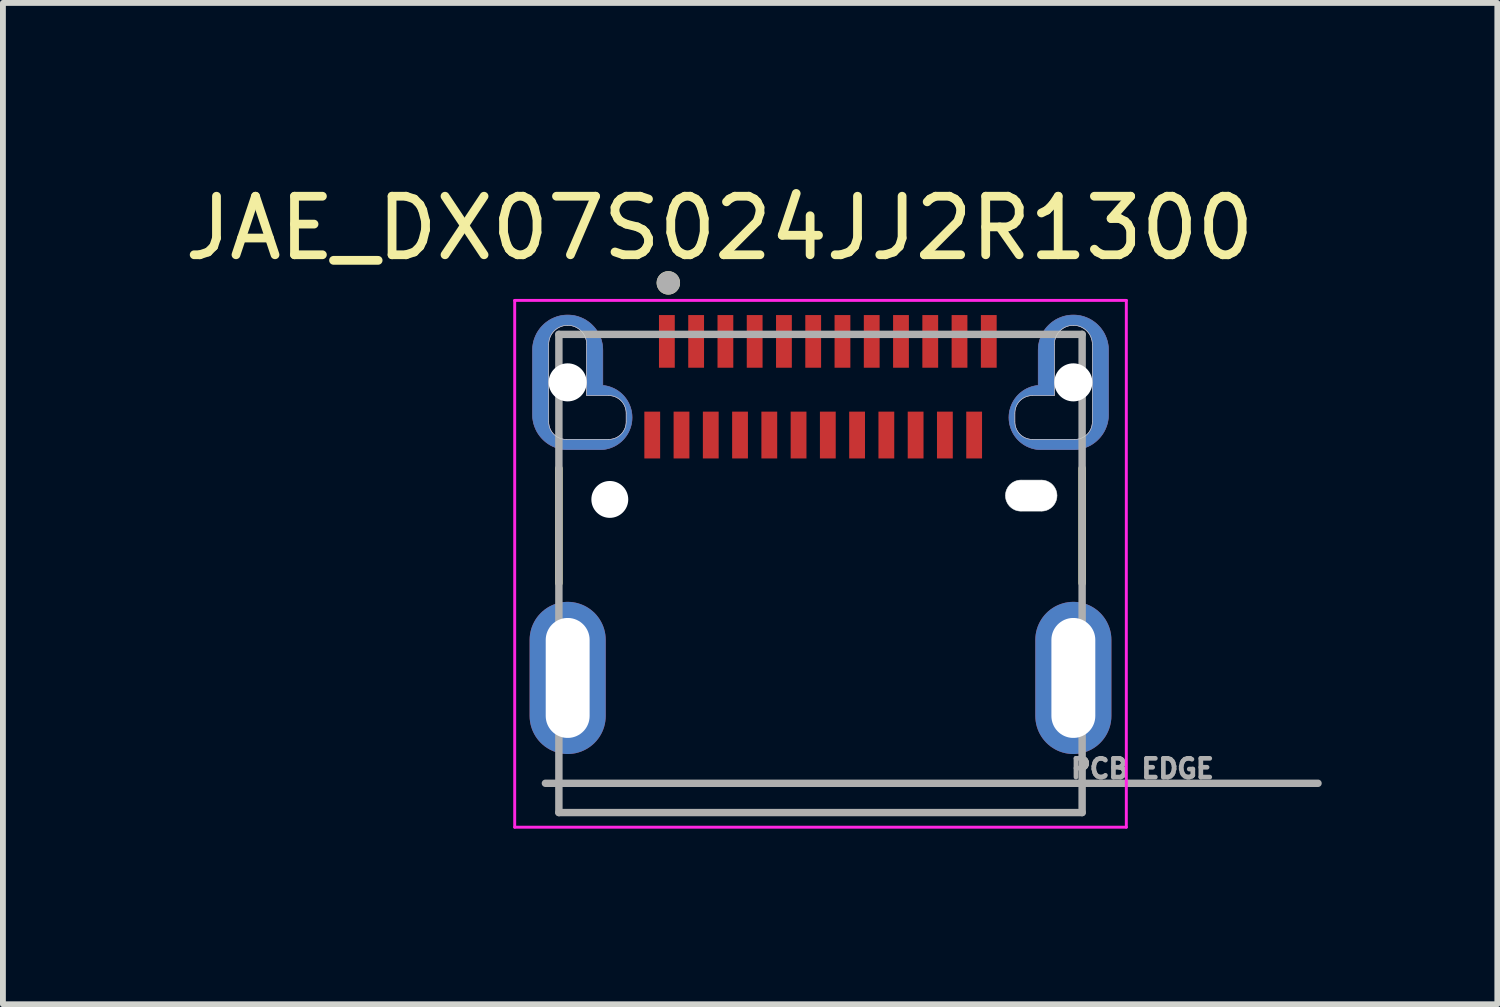
<source format=kicad_pcb>
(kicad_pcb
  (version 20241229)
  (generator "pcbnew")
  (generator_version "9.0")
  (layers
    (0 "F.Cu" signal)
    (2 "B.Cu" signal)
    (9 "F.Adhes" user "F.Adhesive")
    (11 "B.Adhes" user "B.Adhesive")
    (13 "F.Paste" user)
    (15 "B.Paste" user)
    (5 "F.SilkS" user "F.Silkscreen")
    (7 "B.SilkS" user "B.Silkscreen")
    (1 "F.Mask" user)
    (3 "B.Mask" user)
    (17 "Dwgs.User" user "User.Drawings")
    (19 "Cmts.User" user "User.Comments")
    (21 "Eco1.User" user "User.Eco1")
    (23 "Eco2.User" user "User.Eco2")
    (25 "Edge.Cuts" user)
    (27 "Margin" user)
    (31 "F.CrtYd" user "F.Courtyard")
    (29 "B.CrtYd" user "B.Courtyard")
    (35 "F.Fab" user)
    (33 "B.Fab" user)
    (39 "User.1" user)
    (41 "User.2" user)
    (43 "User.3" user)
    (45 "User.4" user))
  (footprint "JAE_DX07S024JJ2R1300"
    (layer "F.Cu")
    (at 10.969 5.483)
    (property "Reference" "JAE_DX07S024JJ2R1300" (at -1.725 -4.635 0) (layer "F.SilkS") (effects (font (size 1 1) (thickness 0.15))))
    (attr smd)
    (fp_poly (pts (xy -4.22 -3.25) (xy -4.42 -3.25) (xy -4.451 -3.249) (xy -4.483 -3.247) (xy -4.514 -3.243) (xy -4.545 -3.237) (xy -4.575 -3.23) (xy -4.605 -3.221) (xy -4.635 -3.21) (xy -4.664 -3.198) (xy -4.692 -3.185) (xy -4.72 -3.17) (xy -4.747 -3.153) (xy -4.773 -3.135) (xy -4.798 -3.116) (xy -4.821 -3.096) (xy -4.844 -3.074) (xy -4.866 -3.051) (xy -4.886 -3.028) (xy -4.905 -3.003) (xy -4.923 -2.977) (xy -4.94 -2.95) (xy -4.955 -2.922) (xy -4.968 -2.894) (xy -4.98 -2.865) (xy -4.991 -2.835) (xy -5 -2.805) (xy -5.007 -2.775) (xy -5.013 -2.744) (xy -5.017 -2.713) (xy -5.019 -2.681) (xy -5.02 -2.65) (xy -5.02 -1.35) (xy -5.019 -1.319) (xy -5.017 -1.287) (xy -5.013 -1.256) (xy -5.007 -1.225) (xy -5 -1.195) (xy -4.991 -1.165) (xy -4.98 -1.135) (xy -4.968 -1.106) (xy -4.955 -1.078) (xy -4.94 -1.05) (xy -4.923 -1.023) (xy -4.905 -0.997) (xy -4.886 -0.972) (xy -4.866 -0.949) (xy -4.844 -0.926) (xy -4.821 -0.904) (xy -4.798 -0.884) (xy -4.773 -0.865) (xy -4.747 -0.847) (xy -4.72 -0.83) (xy -4.692 -0.815) (xy -4.664 -0.802) (xy -4.635 -0.79) (xy -4.605 -0.779) (xy -4.575 -0.77) (xy -4.545 -0.763) (xy -4.514 -0.757) (xy -4.483 -0.753) (xy -4.451 -0.751) (xy -4.42 -0.75) (xy -3.67 -0.75) (xy -3.641 -0.751) (xy -3.613 -0.753) (xy -3.584 -0.757) (xy -3.556 -0.762) (xy -3.528 -0.769) (xy -3.5 -0.777) (xy -3.473 -0.787) (xy -3.446 -0.798) (xy -3.42 -0.81) (xy -3.395 -0.824) (xy -3.37 -0.839) (xy -3.347 -0.855) (xy -3.324 -0.873) (xy -3.302 -0.891) (xy -3.281 -0.911) (xy -3.261 -0.932) (xy -3.243 -0.954) (xy -3.225 -0.977) (xy -3.209 -1) (xy -3.194 -1.025) (xy -3.18 -1.05) (xy -3.168 -1.076) (xy -3.157 -1.103) (xy -3.147 -1.13) (xy -3.139 -1.158) (xy -3.132 -1.186) (xy -3.127 -1.214) (xy -3.123 -1.243) (xy -3.121 -1.271) (xy -3.12 -1.3) (xy -3.12 -1.45) (xy -3.121 -1.481) (xy -3.123 -1.513) (xy -3.127 -1.544) (xy -3.133 -1.575) (xy -3.14 -1.605) (xy -3.149 -1.635) (xy -3.16 -1.665) (xy -3.172 -1.694) (xy -3.185 -1.722) (xy -3.2 -1.75) (xy -3.217 -1.777) (xy -3.235 -1.803) (xy -3.254 -1.828) (xy -3.274 -1.851) (xy -3.296 -1.874) (xy -3.319 -1.896) (xy -3.342 -1.916) (xy -3.367 -1.935) (xy -3.393 -1.953) (xy -3.42 -1.97) (xy -3.448 -1.985) (xy -3.476 -1.998) (xy -3.505 -2.01) (xy -3.535 -2.021) (xy -3.565 -2.03) (xy -3.595 -2.037) (xy -3.626 -2.043) (xy -3.657 -2.047) (xy -3.689 -2.049) (xy -3.72 -2.05) (xy -3.62 -2.05) (xy -3.62 -2.65) (xy -3.621 -2.681) (xy -3.623 -2.713) (xy -3.627 -2.744) (xy -3.633 -2.775) (xy -3.64 -2.805) (xy -3.649 -2.835) (xy -3.66 -2.865) (xy -3.672 -2.894) (xy -3.685 -2.922) (xy -3.7 -2.95) (xy -3.717 -2.977) (xy -3.735 -3.003) (xy -3.754 -3.028) (xy -3.774 -3.051) (xy -3.796 -3.074) (xy -3.819 -3.096) (xy -3.842 -3.116) (xy -3.867 -3.135) (xy -3.893 -3.153) (xy -3.92 -3.17) (xy -3.948 -3.185) (xy -3.976 -3.198) (xy -4.005 -3.21) (xy -4.035 -3.221) (xy -4.065 -3.23) (xy -4.095 -3.237) (xy -4.126 -3.243) (xy -4.157 -3.247) (xy -4.189 -3.249) (xy -4.22 -3.25)) (stroke (width 0.01) (type solid)) (fill yes) (layer "F.Mask"))
    (fp_poly (pts (xy 4.22 -3.25) (xy 4.42 -3.25) (xy 4.451 -3.249) (xy 4.483 -3.247) (xy 4.514 -3.243) (xy 4.545 -3.237) (xy 4.575 -3.23) (xy 4.605 -3.221) (xy 4.635 -3.21) (xy 4.664 -3.198) (xy 4.692 -3.185) (xy 4.72 -3.17) (xy 4.747 -3.153) (xy 4.773 -3.135) (xy 4.798 -3.116) (xy 4.821 -3.096) (xy 4.844 -3.074) (xy 4.866 -3.051) (xy 4.886 -3.028) (xy 4.905 -3.003) (xy 4.923 -2.977) (xy 4.94 -2.95) (xy 4.955 -2.922) (xy 4.968 -2.894) (xy 4.98 -2.865) (xy 4.991 -2.835) (xy 5 -2.805) (xy 5.007 -2.775) (xy 5.013 -2.744) (xy 5.017 -2.713) (xy 5.019 -2.681) (xy 5.02 -2.65) (xy 5.02 -1.35) (xy 5.019 -1.319) (xy 5.017 -1.287) (xy 5.013 -1.256) (xy 5.007 -1.225) (xy 5 -1.195) (xy 4.991 -1.165) (xy 4.98 -1.135) (xy 4.968 -1.106) (xy 4.955 -1.078) (xy 4.94 -1.05) (xy 4.923 -1.023) (xy 4.905 -0.997) (xy 4.886 -0.972) (xy 4.866 -0.949) (xy 4.844 -0.926) (xy 4.821 -0.904) (xy 4.798 -0.884) (xy 4.773 -0.865) (xy 4.747 -0.847) (xy 4.72 -0.83) (xy 4.692 -0.815) (xy 4.664 -0.802) (xy 4.635 -0.79) (xy 4.605 -0.779) (xy 4.575 -0.77) (xy 4.545 -0.763) (xy 4.514 -0.757) (xy 4.483 -0.753) (xy 4.451 -0.751) (xy 4.42 -0.75) (xy 3.67 -0.75) (xy 3.641 -0.751) (xy 3.613 -0.753) (xy 3.584 -0.757) (xy 3.556 -0.762) (xy 3.528 -0.769) (xy 3.5 -0.777) (xy 3.473 -0.787) (xy 3.446 -0.798) (xy 3.42 -0.81) (xy 3.395 -0.824) (xy 3.37 -0.839) (xy 3.347 -0.855) (xy 3.324 -0.873) (xy 3.302 -0.891) (xy 3.281 -0.911) (xy 3.261 -0.932) (xy 3.243 -0.954) (xy 3.225 -0.977) (xy 3.209 -1) (xy 3.194 -1.025) (xy 3.18 -1.05) (xy 3.168 -1.076) (xy 3.157 -1.103) (xy 3.147 -1.13) (xy 3.139 -1.158) (xy 3.132 -1.186) (xy 3.127 -1.214) (xy 3.123 -1.243) (xy 3.121 -1.271) (xy 3.12 -1.3) (xy 3.12 -1.45) (xy 3.121 -1.481) (xy 3.123 -1.513) (xy 3.127 -1.544) (xy 3.133 -1.575) (xy 3.14 -1.605) (xy 3.149 -1.635) (xy 3.16 -1.665) (xy 3.172 -1.694) (xy 3.185 -1.722) (xy 3.2 -1.75) (xy 3.217 -1.777) (xy 3.235 -1.803) (xy 3.254 -1.828) (xy 3.274 -1.851) (xy 3.296 -1.874) (xy 3.319 -1.896) (xy 3.342 -1.916) (xy 3.367 -1.935) (xy 3.393 -1.953) (xy 3.42 -1.97) (xy 3.448 -1.985) (xy 3.476 -1.998) (xy 3.505 -2.01) (xy 3.535 -2.021) (xy 3.565 -2.03) (xy 3.595 -2.037) (xy 3.626 -2.043) (xy 3.657 -2.047) (xy 3.689 -2.049) (xy 3.72 -2.05) (xy 3.62 -2.05) (xy 3.62 -2.65) (xy 3.621 -2.681) (xy 3.623 -2.713) (xy 3.627 -2.744) (xy 3.633 -2.775) (xy 3.64 -2.805) (xy 3.649 -2.835) (xy 3.66 -2.865) (xy 3.672 -2.894) (xy 3.685 -2.922) (xy 3.7 -2.95) (xy 3.717 -2.977) (xy 3.735 -3.003) (xy 3.754 -3.028) (xy 3.774 -3.051) (xy 3.796 -3.074) (xy 3.819 -3.096) (xy 3.842 -3.116) (xy 3.867 -3.135) (xy 3.893 -3.153) (xy 3.92 -3.17) (xy 3.948 -3.185) (xy 3.976 -3.198) (xy 4.005 -3.21) (xy 4.035 -3.221) (xy 4.065 -3.23) (xy 4.095 -3.237) (xy 4.126 -3.243) (xy 4.157 -3.247) (xy 4.189 -3.249) (xy 4.22 -3.25)) (stroke (width 0.01) (type solid)) (fill yes) (layer "F.Mask"))
    (fp_poly (pts (xy -4.32 -3.15) (xy -4.351 -3.149) (xy -4.383 -3.147) (xy -4.414 -3.143) (xy -4.445 -3.137) (xy -4.475 -3.13) (xy -4.505 -3.121) (xy -4.535 -3.11) (xy -4.564 -3.098) (xy -4.592 -3.085) (xy -4.62 -3.07) (xy -4.647 -3.053) (xy -4.673 -3.035) (xy -4.698 -3.016) (xy -4.721 -2.996) (xy -4.744 -2.974) (xy -4.766 -2.951) (xy -4.786 -2.928) (xy -4.805 -2.903) (xy -4.823 -2.877) (xy -4.84 -2.85) (xy -4.855 -2.822) (xy -4.868 -2.794) (xy -4.88 -2.765) (xy -4.891 -2.735) (xy -4.9 -2.705) (xy -4.907 -2.675) (xy -4.913 -2.644) (xy -4.917 -2.613) (xy -4.919 -2.581) (xy -4.92 -2.55) (xy -4.92 -1.45) (xy -4.919 -1.419) (xy -4.917 -1.387) (xy -4.913 -1.356) (xy -4.907 -1.325) (xy -4.9 -1.295) (xy -4.891 -1.265) (xy -4.88 -1.235) (xy -4.868 -1.206) (xy -4.855 -1.178) (xy -4.84 -1.15) (xy -4.823 -1.123) (xy -4.805 -1.097) (xy -4.786 -1.072) (xy -4.766 -1.049) (xy -4.744 -1.026) (xy -4.721 -1.004) (xy -4.698 -0.984) (xy -4.673 -0.965) (xy -4.647 -0.947) (xy -4.62 -0.93) (xy -4.592 -0.915) (xy -4.564 -0.902) (xy -4.535 -0.89) (xy -4.505 -0.879) (xy -4.475 -0.87) (xy -4.445 -0.863) (xy -4.414 -0.857) (xy -4.383 -0.853) (xy -4.351 -0.851) (xy -4.32 -0.85) (xy -3.77 -0.85) (xy -3.741 -0.851) (xy -3.713 -0.853) (xy -3.684 -0.857) (xy -3.656 -0.862) (xy -3.628 -0.869) (xy -3.6 -0.877) (xy -3.573 -0.887) (xy -3.546 -0.898) (xy -3.52 -0.91) (xy -3.495 -0.924) (xy -3.47 -0.939) (xy -3.447 -0.955) (xy -3.424 -0.973) (xy -3.402 -0.991) (xy -3.381 -1.011) (xy -3.361 -1.032) (xy -3.343 -1.054) (xy -3.325 -1.077) (xy -3.309 -1.1) (xy -3.294 -1.125) (xy -3.28 -1.15) (xy -3.268 -1.176) (xy -3.257 -1.203) (xy -3.247 -1.23) (xy -3.239 -1.258) (xy -3.232 -1.286) (xy -3.227 -1.314) (xy -3.223 -1.343) (xy -3.221 -1.371) (xy -3.22 -1.4) (xy -3.221 -1.429) (xy -3.223 -1.457) (xy -3.227 -1.486) (xy -3.232 -1.514) (xy -3.239 -1.542) (xy -3.247 -1.57) (xy -3.257 -1.597) (xy -3.268 -1.624) (xy -3.28 -1.65) (xy -3.294 -1.675) (xy -3.309 -1.7) (xy -3.325 -1.723) (xy -3.343 -1.746) (xy -3.361 -1.768) (xy -3.381 -1.789) (xy -3.402 -1.809) (xy -3.424 -1.827) (xy -3.447 -1.845) (xy -3.47 -1.861) (xy -3.495 -1.876) (xy -3.52 -1.89) (xy -3.546 -1.902) (xy -3.573 -1.913) (xy -3.6 -1.923) (xy -3.628 -1.931) (xy -3.656 -1.938) (xy -3.684 -1.943) (xy -3.713 -1.947) (xy -3.741 -1.949) (xy -3.77 -1.95) (xy -3.995 -1.95) (xy -3.995 -1.775) (xy -3.62 -1.775) (xy -3.604 -1.775) (xy -3.589 -1.773) (xy -3.573 -1.771) (xy -3.558 -1.768) (xy -3.542 -1.765) (xy -3.527 -1.76) (xy -3.512 -1.755) (xy -3.498 -1.749) (xy -3.484 -1.742) (xy -3.47 -1.735) (xy -3.457 -1.727) (xy -3.444 -1.718) (xy -3.431 -1.708) (xy -3.419 -1.698) (xy -3.408 -1.687) (xy -3.397 -1.676) (xy -3.387 -1.664) (xy -3.377 -1.651) (xy -3.368 -1.638) (xy -3.36 -1.625) (xy -3.353 -1.611) (xy -3.346 -1.597) (xy -3.34 -1.583) (xy -3.335 -1.568) (xy -3.33 -1.553) (xy -3.327 -1.537) (xy -3.324 -1.522) (xy -3.322 -1.506) (xy -3.32 -1.491) (xy -3.32 -1.475) (xy -3.32 -1.325) (xy -3.32 -1.309) (xy -3.322 -1.294) (xy -3.324 -1.278) (xy -3.327 -1.263) (xy -3.33 -1.247) (xy -3.335 -1.232) (xy -3.34 -1.217) (xy -3.346 -1.203) (xy -3.353 -1.189) (xy -3.36 -1.175) (xy -3.368 -1.162) (xy -3.377 -1.149) (xy -3.387 -1.136) (xy -3.397 -1.124) (xy -3.408 -1.113) (xy -3.419 -1.102) (xy -3.431 -1.092) (xy -3.444 -1.082) (xy -3.457 -1.073) (xy -3.47 -1.065) (xy -3.484 -1.058) (xy -3.498 -1.051) (xy -3.512 -1.045) (xy -3.527 -1.04) (xy -3.542 -1.035) (xy -3.558 -1.032) (xy -3.573 -1.029) (xy -3.589 -1.027) (xy -3.604 -1.025) (xy -3.62 -1.025) (xy -4.345 -1.025) (xy -4.361 -1.025) (xy -4.376 -1.027) (xy -4.392 -1.029) (xy -4.407 -1.032) (xy -4.423 -1.035) (xy -4.438 -1.04) (xy -4.453 -1.045) (xy -4.467 -1.051) (xy -4.481 -1.058) (xy -4.495 -1.065) (xy -4.508 -1.073) (xy -4.521 -1.082) (xy -4.534 -1.092) (xy -4.546 -1.102) (xy -4.557 -1.113) (xy -4.568 -1.124) (xy -4.578 -1.136) (xy -4.588 -1.149) (xy -4.597 -1.162) (xy -4.605 -1.175) (xy -4.612 -1.189) (xy -4.619 -1.203) (xy -4.625 -1.217) (xy -4.63 -1.232) (xy -4.635 -1.247) (xy -4.638 -1.263) (xy -4.641 -1.278) (xy -4.643 -1.294) (xy -4.645 -1.309) (xy -4.645 -1.325) (xy -4.645 -2.65) (xy -4.645 -2.667) (xy -4.643 -2.684) (xy -4.641 -2.701) (xy -4.638 -2.718) (xy -4.634 -2.734) (xy -4.629 -2.75) (xy -4.623 -2.766) (xy -4.617 -2.782) (xy -4.61 -2.798) (xy -4.601 -2.813) (xy -4.593 -2.827) (xy -4.583 -2.841) (xy -4.573 -2.855) (xy -4.562 -2.867) (xy -4.55 -2.88) (xy -4.537 -2.892) (xy -4.525 -2.903) (xy -4.511 -2.913) (xy -4.497 -2.923) (xy -4.482 -2.931) (xy -4.468 -2.94) (xy -4.452 -2.947) (xy -4.436 -2.953) (xy -4.42 -2.959) (xy -4.404 -2.964) (xy -4.388 -2.968) (xy -4.371 -2.971) (xy -4.354 -2.973) (xy -4.337 -2.975) (xy -4.32 -2.975) (xy -4.303 -2.975) (xy -4.286 -2.973) (xy -4.269 -2.971) (xy -4.252 -2.968) (xy -4.236 -2.964) (xy -4.22 -2.959) (xy -4.204 -2.953) (xy -4.188 -2.947) (xy -4.172 -2.94) (xy -4.158 -2.931) (xy -4.143 -2.923) (xy -4.129 -2.913) (xy -4.115 -2.903) (xy -4.103 -2.892) (xy -4.09 -2.88) (xy -4.078 -2.867) (xy -4.067 -2.855) (xy -4.057 -2.841) (xy -4.047 -2.827) (xy -4.039 -2.813) (xy -4.03 -2.798) (xy -4.023 -2.782) (xy -4.017 -2.766) (xy -4.011 -2.75) (xy -4.006 -2.734) (xy -4.002 -2.718) (xy -3.999 -2.701) (xy -3.997 -2.684) (xy -3.995 -2.667) (xy -3.995 -2.65) (xy -3.995 -1.95) (xy -3.72 -1.95) (xy -3.72 -2.55) (xy -3.721 -2.581) (xy -3.723 -2.613) (xy -3.727 -2.644) (xy -3.733 -2.675) (xy -3.74 -2.705) (xy -3.749 -2.735) (xy -3.76 -2.765) (xy -3.772 -2.794) (xy -3.785 -2.822) (xy -3.8 -2.85) (xy -3.817 -2.877) (xy -3.835 -2.903) (xy -3.854 -2.928) (xy -3.874 -2.951) (xy -3.896 -2.974) (xy -3.919 -2.996) (xy -3.942 -3.016) (xy -3.967 -3.035) (xy -3.993 -3.053) (xy -4.02 -3.07) (xy -4.048 -3.085) (xy -4.076 -3.098) (xy -4.105 -3.11) (xy -4.135 -3.121) (xy -4.165 -3.13) (xy -4.195 -3.137) (xy -4.226 -3.143) (xy -4.257 -3.147) (xy -4.289 -3.149) (xy -4.32 -3.15)) (stroke (width 0.01) (type solid)) (fill yes) (layer "B.Cu"))
    (fp_poly (pts (xy 4.32 -3.15) (xy 4.351 -3.149) (xy 4.383 -3.147) (xy 4.414 -3.143) (xy 4.445 -3.137) (xy 4.475 -3.13) (xy 4.505 -3.121) (xy 4.535 -3.11) (xy 4.564 -3.098) (xy 4.592 -3.085) (xy 4.62 -3.07) (xy 4.647 -3.053) (xy 4.673 -3.035) (xy 4.698 -3.016) (xy 4.721 -2.996) (xy 4.744 -2.974) (xy 4.766 -2.951) (xy 4.786 -2.928) (xy 4.805 -2.903) (xy 4.823 -2.877) (xy 4.84 -2.85) (xy 4.855 -2.822) (xy 4.868 -2.794) (xy 4.88 -2.765) (xy 4.891 -2.735) (xy 4.9 -2.705) (xy 4.907 -2.675) (xy 4.913 -2.644) (xy 4.917 -2.613) (xy 4.919 -2.581) (xy 4.92 -2.55) (xy 4.92 -1.45) (xy 4.919 -1.419) (xy 4.917 -1.387) (xy 4.913 -1.356) (xy 4.907 -1.325) (xy 4.9 -1.295) (xy 4.891 -1.265) (xy 4.88 -1.235) (xy 4.868 -1.206) (xy 4.855 -1.178) (xy 4.84 -1.15) (xy 4.823 -1.123) (xy 4.805 -1.097) (xy 4.786 -1.072) (xy 4.766 -1.049) (xy 4.744 -1.026) (xy 4.721 -1.004) (xy 4.698 -0.984) (xy 4.673 -0.965) (xy 4.647 -0.947) (xy 4.62 -0.93) (xy 4.592 -0.915) (xy 4.564 -0.902) (xy 4.535 -0.89) (xy 4.505 -0.879) (xy 4.475 -0.87) (xy 4.445 -0.863) (xy 4.414 -0.857) (xy 4.383 -0.853) (xy 4.351 -0.851) (xy 4.32 -0.85) (xy 3.77 -0.85) (xy 3.741 -0.851) (xy 3.713 -0.853) (xy 3.684 -0.857) (xy 3.656 -0.862) (xy 3.628 -0.869) (xy 3.6 -0.877) (xy 3.573 -0.887) (xy 3.546 -0.898) (xy 3.52 -0.91) (xy 3.495 -0.924) (xy 3.47 -0.939) (xy 3.447 -0.955) (xy 3.424 -0.973) (xy 3.402 -0.991) (xy 3.381 -1.011) (xy 3.361 -1.032) (xy 3.343 -1.054) (xy 3.325 -1.077) (xy 3.309 -1.1) (xy 3.294 -1.125) (xy 3.28 -1.15) (xy 3.268 -1.176) (xy 3.257 -1.203) (xy 3.247 -1.23) (xy 3.239 -1.258) (xy 3.232 -1.286) (xy 3.227 -1.314) (xy 3.223 -1.343) (xy 3.221 -1.371) (xy 3.22 -1.4) (xy 3.221 -1.429) (xy 3.223 -1.457) (xy 3.227 -1.486) (xy 3.232 -1.514) (xy 3.239 -1.542) (xy 3.247 -1.57) (xy 3.257 -1.597) (xy 3.268 -1.624) (xy 3.28 -1.65) (xy 3.294 -1.675) (xy 3.309 -1.7) (xy 3.325 -1.723) (xy 3.343 -1.746) (xy 3.361 -1.768) (xy 3.381 -1.789) (xy 3.402 -1.809) (xy 3.424 -1.827) (xy 3.447 -1.845) (xy 3.47 -1.861) (xy 3.495 -1.876) (xy 3.52 -1.89) (xy 3.546 -1.902) (xy 3.573 -1.913) (xy 3.6 -1.923) (xy 3.628 -1.931) (xy 3.656 -1.938) (xy 3.684 -1.943) (xy 3.713 -1.947) (xy 3.741 -1.949) (xy 3.77 -1.95) (xy 3.995 -1.95) (xy 3.995 -1.775) (xy 3.62 -1.775) (xy 3.604 -1.775) (xy 3.589 -1.773) (xy 3.573 -1.771) (xy 3.558 -1.768) (xy 3.542 -1.765) (xy 3.527 -1.76) (xy 3.512 -1.755) (xy 3.498 -1.749) (xy 3.484 -1.742) (xy 3.47 -1.735) (xy 3.457 -1.727) (xy 3.444 -1.718) (xy 3.431 -1.708) (xy 3.419 -1.698) (xy 3.408 -1.687) (xy 3.397 -1.676) (xy 3.387 -1.664) (xy 3.377 -1.651) (xy 3.368 -1.638) (xy 3.36 -1.625) (xy 3.353 -1.611) (xy 3.346 -1.597) (xy 3.34 -1.583) (xy 3.335 -1.568) (xy 3.33 -1.553) (xy 3.327 -1.537) (xy 3.324 -1.522) (xy 3.322 -1.506) (xy 3.32 -1.491) (xy 3.32 -1.475) (xy 3.32 -1.325) (xy 3.32 -1.309) (xy 3.322 -1.294) (xy 3.324 -1.278) (xy 3.327 -1.263) (xy 3.33 -1.247) (xy 3.335 -1.232) (xy 3.34 -1.217) (xy 3.346 -1.203) (xy 3.353 -1.189) (xy 3.36 -1.175) (xy 3.368 -1.162) (xy 3.377 -1.149) (xy 3.387 -1.136) (xy 3.397 -1.124) (xy 3.408 -1.113) (xy 3.419 -1.102) (xy 3.431 -1.092) (xy 3.444 -1.082) (xy 3.457 -1.073) (xy 3.47 -1.065) (xy 3.484 -1.058) (xy 3.498 -1.051) (xy 3.512 -1.045) (xy 3.527 -1.04) (xy 3.542 -1.035) (xy 3.558 -1.032) (xy 3.573 -1.029) (xy 3.589 -1.027) (xy 3.604 -1.025) (xy 3.62 -1.025) (xy 4.345 -1.025) (xy 4.361 -1.025) (xy 4.376 -1.027) (xy 4.392 -1.029) (xy 4.407 -1.032) (xy 4.423 -1.035) (xy 4.438 -1.04) (xy 4.453 -1.045) (xy 4.467 -1.051) (xy 4.481 -1.058) (xy 4.495 -1.065) (xy 4.508 -1.073) (xy 4.521 -1.082) (xy 4.534 -1.092) (xy 4.546 -1.102) (xy 4.557 -1.113) (xy 4.568 -1.124) (xy 4.578 -1.136) (xy 4.588 -1.149) (xy 4.597 -1.162) (xy 4.605 -1.175) (xy 4.612 -1.189) (xy 4.619 -1.203) (xy 4.625 -1.217) (xy 4.63 -1.232) (xy 4.635 -1.247) (xy 4.638 -1.263) (xy 4.641 -1.278) (xy 4.643 -1.294) (xy 4.645 -1.309) (xy 4.645 -1.325) (xy 4.645 -2.65) (xy 4.645 -2.667) (xy 4.643 -2.684) (xy 4.641 -2.701) (xy 4.638 -2.718) (xy 4.634 -2.734) (xy 4.629 -2.75) (xy 4.623 -2.766) (xy 4.617 -2.782) (xy 4.61 -2.798) (xy 4.601 -2.813) (xy 4.593 -2.827) (xy 4.583 -2.841) (xy 4.573 -2.855) (xy 4.562 -2.867) (xy 4.55 -2.88) (xy 4.537 -2.892) (xy 4.525 -2.903) (xy 4.511 -2.913) (xy 4.497 -2.923) (xy 4.482 -2.931) (xy 4.468 -2.94) (xy 4.452 -2.947) (xy 4.436 -2.953) (xy 4.42 -2.959) (xy 4.404 -2.964) (xy 4.388 -2.968) (xy 4.371 -2.971) (xy 4.354 -2.973) (xy 4.337 -2.975) (xy 4.32 -2.975) (xy 4.303 -2.975) (xy 4.286 -2.973) (xy 4.269 -2.971) (xy 4.252 -2.968) (xy 4.236 -2.964) (xy 4.22 -2.959) (xy 4.204 -2.953) (xy 4.188 -2.947) (xy 4.172 -2.94) (xy 4.158 -2.931) (xy 4.143 -2.923) (xy 4.129 -2.913) (xy 4.115 -2.903) (xy 4.103 -2.892) (xy 4.09 -2.88) (xy 4.078 -2.867) (xy 4.067 -2.855) (xy 4.057 -2.841) (xy 4.047 -2.827) (xy 4.039 -2.813) (xy 4.03 -2.798) (xy 4.023 -2.782) (xy 4.017 -2.766) (xy 4.011 -2.75) (xy 4.006 -2.734) (xy 4.002 -2.718) (xy 3.999 -2.701) (xy 3.997 -2.684) (xy 3.995 -2.667) (xy 3.995 -2.65) (xy 3.995 -1.95) (xy 3.72 -1.95) (xy 3.72 -2.55) (xy 3.721 -2.581) (xy 3.723 -2.613) (xy 3.727 -2.644) (xy 3.733 -2.675) (xy 3.74 -2.705) (xy 3.749 -2.735) (xy 3.76 -2.765) (xy 3.772 -2.794) (xy 3.785 -2.822) (xy 3.8 -2.85) (xy 3.817 -2.877) (xy 3.835 -2.903) (xy 3.854 -2.928) (xy 3.874 -2.951) (xy 3.896 -2.974) (xy 3.919 -2.996) (xy 3.942 -3.016) (xy 3.967 -3.035) (xy 3.993 -3.053) (xy 4.02 -3.07) (xy 4.048 -3.085) (xy 4.076 -3.098) (xy 4.105 -3.11) (xy 4.135 -3.121) (xy 4.165 -3.13) (xy 4.195 -3.137) (xy 4.226 -3.143) (xy 4.257 -3.147) (xy 4.289 -3.149) (xy 4.32 -3.15)) (stroke (width 0.01) (type solid)) (fill yes) (layer "B.Cu"))
    (fp_poly (pts (xy -4.22 -3.25) (xy -4.42 -3.25) (xy -4.451 -3.249) (xy -4.483 -3.247) (xy -4.514 -3.243) (xy -4.545 -3.237) (xy -4.575 -3.23) (xy -4.605 -3.221) (xy -4.635 -3.21) (xy -4.664 -3.198) (xy -4.692 -3.185) (xy -4.72 -3.17) (xy -4.747 -3.153) (xy -4.773 -3.135) (xy -4.798 -3.116) (xy -4.821 -3.096) (xy -4.844 -3.074) (xy -4.866 -3.051) (xy -4.886 -3.028) (xy -4.905 -3.003) (xy -4.923 -2.977) (xy -4.94 -2.95) (xy -4.955 -2.922) (xy -4.968 -2.894) (xy -4.98 -2.865) (xy -4.991 -2.835) (xy -5 -2.805) (xy -5.007 -2.775) (xy -5.013 -2.744) (xy -5.017 -2.713) (xy -5.019 -2.681) (xy -5.02 -2.65) (xy -5.02 -1.35) (xy -5.019 -1.319) (xy -5.017 -1.287) (xy -5.013 -1.256) (xy -5.007 -1.225) (xy -5 -1.195) (xy -4.991 -1.165) (xy -4.98 -1.135) (xy -4.968 -1.106) (xy -4.955 -1.078) (xy -4.94 -1.05) (xy -4.923 -1.023) (xy -4.905 -0.997) (xy -4.886 -0.972) (xy -4.866 -0.949) (xy -4.844 -0.926) (xy -4.821 -0.904) (xy -4.798 -0.884) (xy -4.773 -0.865) (xy -4.747 -0.847) (xy -4.72 -0.83) (xy -4.692 -0.815) (xy -4.664 -0.802) (xy -4.635 -0.79) (xy -4.605 -0.779) (xy -4.575 -0.77) (xy -4.545 -0.763) (xy -4.514 -0.757) (xy -4.483 -0.753) (xy -4.451 -0.751) (xy -4.42 -0.75) (xy -3.67 -0.75) (xy -3.641 -0.751) (xy -3.613 -0.753) (xy -3.584 -0.757) (xy -3.556 -0.762) (xy -3.528 -0.769) (xy -3.5 -0.777) (xy -3.473 -0.787) (xy -3.446 -0.798) (xy -3.42 -0.81) (xy -3.395 -0.824) (xy -3.37 -0.839) (xy -3.347 -0.855) (xy -3.324 -0.873) (xy -3.302 -0.891) (xy -3.281 -0.911) (xy -3.261 -0.932) (xy -3.243 -0.954) (xy -3.225 -0.977) (xy -3.209 -1) (xy -3.194 -1.025) (xy -3.18 -1.05) (xy -3.168 -1.076) (xy -3.157 -1.103) (xy -3.147 -1.13) (xy -3.139 -1.158) (xy -3.132 -1.186) (xy -3.127 -1.214) (xy -3.123 -1.243) (xy -3.121 -1.271) (xy -3.12 -1.3) (xy -3.12 -1.45) (xy -3.121 -1.481) (xy -3.123 -1.513) (xy -3.127 -1.544) (xy -3.133 -1.575) (xy -3.14 -1.605) (xy -3.149 -1.635) (xy -3.16 -1.665) (xy -3.172 -1.694) (xy -3.185 -1.722) (xy -3.2 -1.75) (xy -3.217 -1.777) (xy -3.235 -1.803) (xy -3.254 -1.828) (xy -3.274 -1.851) (xy -3.296 -1.874) (xy -3.319 -1.896) (xy -3.342 -1.916) (xy -3.367 -1.935) (xy -3.393 -1.953) (xy -3.42 -1.97) (xy -3.448 -1.985) (xy -3.476 -1.998) (xy -3.505 -2.01) (xy -3.535 -2.021) (xy -3.565 -2.03) (xy -3.595 -2.037) (xy -3.626 -2.043) (xy -3.657 -2.047) (xy -3.689 -2.049) (xy -3.72 -2.05) (xy -3.62 -2.05) (xy -3.62 -2.65) (xy -3.621 -2.681) (xy -3.623 -2.713) (xy -3.627 -2.744) (xy -3.633 -2.775) (xy -3.64 -2.805) (xy -3.649 -2.835) (xy -3.66 -2.865) (xy -3.672 -2.894) (xy -3.685 -2.922) (xy -3.7 -2.95) (xy -3.717 -2.977) (xy -3.735 -3.003) (xy -3.754 -3.028) (xy -3.774 -3.051) (xy -3.796 -3.074) (xy -3.819 -3.096) (xy -3.842 -3.116) (xy -3.867 -3.135) (xy -3.893 -3.153) (xy -3.92 -3.17) (xy -3.948 -3.185) (xy -3.976 -3.198) (xy -4.005 -3.21) (xy -4.035 -3.221) (xy -4.065 -3.23) (xy -4.095 -3.237) (xy -4.126 -3.243) (xy -4.157 -3.247) (xy -4.189 -3.249) (xy -4.22 -3.25)) (stroke (width 0.01) (type solid)) (fill yes) (layer "B.Mask"))
    (fp_poly (pts (xy 4.22 -3.25) (xy 4.42 -3.25) (xy 4.451 -3.249) (xy 4.483 -3.247) (xy 4.514 -3.243) (xy 4.545 -3.237) (xy 4.575 -3.23) (xy 4.605 -3.221) (xy 4.635 -3.21) (xy 4.664 -3.198) (xy 4.692 -3.185) (xy 4.72 -3.17) (xy 4.747 -3.153) (xy 4.773 -3.135) (xy 4.798 -3.116) (xy 4.821 -3.096) (xy 4.844 -3.074) (xy 4.866 -3.051) (xy 4.886 -3.028) (xy 4.905 -3.003) (xy 4.923 -2.977) (xy 4.94 -2.95) (xy 4.955 -2.922) (xy 4.968 -2.894) (xy 4.98 -2.865) (xy 4.991 -2.835) (xy 5 -2.805) (xy 5.007 -2.775) (xy 5.013 -2.744) (xy 5.017 -2.713) (xy 5.019 -2.681) (xy 5.02 -2.65) (xy 5.02 -1.35) (xy 5.019 -1.319) (xy 5.017 -1.287) (xy 5.013 -1.256) (xy 5.007 -1.225) (xy 5 -1.195) (xy 4.991 -1.165) (xy 4.98 -1.135) (xy 4.968 -1.106) (xy 4.955 -1.078) (xy 4.94 -1.05) (xy 4.923 -1.023) (xy 4.905 -0.997) (xy 4.886 -0.972) (xy 4.866 -0.949) (xy 4.844 -0.926) (xy 4.821 -0.904) (xy 4.798 -0.884) (xy 4.773 -0.865) (xy 4.747 -0.847) (xy 4.72 -0.83) (xy 4.692 -0.815) (xy 4.664 -0.802) (xy 4.635 -0.79) (xy 4.605 -0.779) (xy 4.575 -0.77) (xy 4.545 -0.763) (xy 4.514 -0.757) (xy 4.483 -0.753) (xy 4.451 -0.751) (xy 4.42 -0.75) (xy 3.67 -0.75) (xy 3.641 -0.751) (xy 3.613 -0.753) (xy 3.584 -0.757) (xy 3.556 -0.762) (xy 3.528 -0.769) (xy 3.5 -0.777) (xy 3.473 -0.787) (xy 3.446 -0.798) (xy 3.42 -0.81) (xy 3.395 -0.824) (xy 3.37 -0.839) (xy 3.347 -0.855) (xy 3.324 -0.873) (xy 3.302 -0.891) (xy 3.281 -0.911) (xy 3.261 -0.932) (xy 3.243 -0.954) (xy 3.225 -0.977) (xy 3.209 -1) (xy 3.194 -1.025) (xy 3.18 -1.05) (xy 3.168 -1.076) (xy 3.157 -1.103) (xy 3.147 -1.13) (xy 3.139 -1.158) (xy 3.132 -1.186) (xy 3.127 -1.214) (xy 3.123 -1.243) (xy 3.121 -1.271) (xy 3.12 -1.3) (xy 3.12 -1.45) (xy 3.121 -1.481) (xy 3.123 -1.513) (xy 3.127 -1.544) (xy 3.133 -1.575) (xy 3.14 -1.605) (xy 3.149 -1.635) (xy 3.16 -1.665) (xy 3.172 -1.694) (xy 3.185 -1.722) (xy 3.2 -1.75) (xy 3.217 -1.777) (xy 3.235 -1.803) (xy 3.254 -1.828) (xy 3.274 -1.851) (xy 3.296 -1.874) (xy 3.319 -1.896) (xy 3.342 -1.916) (xy 3.367 -1.935) (xy 3.393 -1.953) (xy 3.42 -1.97) (xy 3.448 -1.985) (xy 3.476 -1.998) (xy 3.505 -2.01) (xy 3.535 -2.021) (xy 3.565 -2.03) (xy 3.595 -2.037) (xy 3.626 -2.043) (xy 3.657 -2.047) (xy 3.689 -2.049) (xy 3.72 -2.05) (xy 3.62 -2.05) (xy 3.62 -2.65) (xy 3.621 -2.681) (xy 3.623 -2.713) (xy 3.627 -2.744) (xy 3.633 -2.775) (xy 3.64 -2.805) (xy 3.649 -2.835) (xy 3.66 -2.865) (xy 3.672 -2.894) (xy 3.685 -2.922) (xy 3.7 -2.95) (xy 3.717 -2.977) (xy 3.735 -3.003) (xy 3.754 -3.028) (xy 3.774 -3.051) (xy 3.796 -3.074) (xy 3.819 -3.096) (xy 3.842 -3.116) (xy 3.867 -3.135) (xy 3.893 -3.153) (xy 3.92 -3.17) (xy 3.948 -3.185) (xy 3.976 -3.198) (xy 4.005 -3.21) (xy 4.035 -3.221) (xy 4.065 -3.23) (xy 4.095 -3.237) (xy 4.126 -3.243) (xy 4.157 -3.247) (xy 4.189 -3.249) (xy 4.22 -3.25)) (stroke (width 0.01) (type solid)) (fill yes) (layer "B.Mask"))
    (fp_line (start -4.47 -0.53) (end -4.47 1.43) (stroke (width 0.127) (type solid)) (layer "F.SilkS"))
    (fp_line (start 4.47 -0.53) (end 4.47 1.43) (stroke (width 0.127) (type solid)) (layer "F.SilkS"))
    (fp_circle (center -2.6 -3.7) (end -2.5 -3.7) (stroke (width 0.2) (type solid)) (fill no) (layer "F.SilkS"))
    (fp_poly (pts (xy -4.32 -3.15) (xy -4.351 -3.149) (xy -4.383 -3.147) (xy -4.414 -3.143) (xy -4.445 -3.137) (xy -4.475 -3.13) (xy -4.505 -3.121) (xy -4.535 -3.11) (xy -4.564 -3.098) (xy -4.592 -3.085) (xy -4.62 -3.07) (xy -4.647 -3.053) (xy -4.673 -3.035) (xy -4.698 -3.016) (xy -4.721 -2.996) (xy -4.744 -2.974) (xy -4.766 -2.951) (xy -4.786 -2.928) (xy -4.805 -2.903) (xy -4.823 -2.877) (xy -4.84 -2.85) (xy -4.855 -2.822) (xy -4.868 -2.794) (xy -4.88 -2.765) (xy -4.891 -2.735) (xy -4.9 -2.705) (xy -4.907 -2.675) (xy -4.913 -2.644) (xy -4.917 -2.613) (xy -4.919 -2.581) (xy -4.92 -2.55) (xy -4.92 -1.45) (xy -4.919 -1.419) (xy -4.917 -1.387) (xy -4.913 -1.356) (xy -4.907 -1.325) (xy -4.9 -1.295) (xy -4.891 -1.265) (xy -4.88 -1.235) (xy -4.868 -1.206) (xy -4.855 -1.178) (xy -4.84 -1.15) (xy -4.823 -1.123) (xy -4.805 -1.097) (xy -4.786 -1.072) (xy -4.766 -1.049) (xy -4.744 -1.026) (xy -4.721 -1.004) (xy -4.698 -0.984) (xy -4.673 -0.965) (xy -4.647 -0.947) (xy -4.62 -0.93) (xy -4.592 -0.915) (xy -4.564 -0.902) (xy -4.535 -0.89) (xy -4.505 -0.879) (xy -4.475 -0.87) (xy -4.445 -0.863) (xy -4.414 -0.857) (xy -4.383 -0.853) (xy -4.351 -0.851) (xy -4.32 -0.85) (xy -3.77 -0.85) (xy -3.741 -0.851) (xy -3.713 -0.853) (xy -3.684 -0.857) (xy -3.656 -0.862) (xy -3.628 -0.869) (xy -3.6 -0.877) (xy -3.573 -0.887) (xy -3.546 -0.898) (xy -3.52 -0.91) (xy -3.495 -0.924) (xy -3.47 -0.939) (xy -3.447 -0.955) (xy -3.424 -0.973) (xy -3.402 -0.991) (xy -3.381 -1.011) (xy -3.361 -1.032) (xy -3.343 -1.054) (xy -3.325 -1.077) (xy -3.309 -1.1) (xy -3.294 -1.125) (xy -3.28 -1.15) (xy -3.268 -1.176) (xy -3.257 -1.203) (xy -3.247 -1.23) (xy -3.239 -1.258) (xy -3.232 -1.286) (xy -3.227 -1.314) (xy -3.223 -1.343) (xy -3.221 -1.371) (xy -3.22 -1.4) (xy -3.221 -1.429) (xy -3.223 -1.457) (xy -3.227 -1.486) (xy -3.232 -1.514) (xy -3.239 -1.542) (xy -3.247 -1.57) (xy -3.257 -1.597) (xy -3.268 -1.624) (xy -3.28 -1.65) (xy -3.294 -1.675) (xy -3.309 -1.7) (xy -3.325 -1.723) (xy -3.343 -1.746) (xy -3.361 -1.768) (xy -3.381 -1.789) (xy -3.402 -1.809) (xy -3.424 -1.827) (xy -3.447 -1.845) (xy -3.47 -1.861) (xy -3.495 -1.876) (xy -3.52 -1.89) (xy -3.546 -1.902) (xy -3.573 -1.913) (xy -3.6 -1.923) (xy -3.628 -1.931) (xy -3.656 -1.938) (xy -3.684 -1.943) (xy -3.713 -1.947) (xy -3.741 -1.949) (xy -3.77 -1.95) (xy -3.995 -1.95) (xy -3.995 -1.775) (xy -3.62 -1.775) (xy -3.604 -1.775) (xy -3.589 -1.773) (xy -3.573 -1.771) (xy -3.558 -1.768) (xy -3.542 -1.765) (xy -3.527 -1.76) (xy -3.512 -1.755) (xy -3.498 -1.749) (xy -3.484 -1.742) (xy -3.47 -1.735) (xy -3.457 -1.727) (xy -3.444 -1.718) (xy -3.431 -1.708) (xy -3.419 -1.698) (xy -3.408 -1.687) (xy -3.397 -1.676) (xy -3.387 -1.664) (xy -3.377 -1.651) (xy -3.368 -1.638) (xy -3.36 -1.625) (xy -3.353 -1.611) (xy -3.346 -1.597) (xy -3.34 -1.583) (xy -3.335 -1.568) (xy -3.33 -1.553) (xy -3.327 -1.537) (xy -3.324 -1.522) (xy -3.322 -1.506) (xy -3.32 -1.491) (xy -3.32 -1.475) (xy -3.32 -1.325) (xy -3.32 -1.309) (xy -3.322 -1.294) (xy -3.324 -1.278) (xy -3.327 -1.263) (xy -3.33 -1.247) (xy -3.335 -1.232) (xy -3.34 -1.217) (xy -3.346 -1.203) (xy -3.353 -1.189) (xy -3.36 -1.175) (xy -3.368 -1.162) (xy -3.377 -1.149) (xy -3.387 -1.136) (xy -3.397 -1.124) (xy -3.408 -1.113) (xy -3.419 -1.102) (xy -3.431 -1.092) (xy -3.444 -1.082) (xy -3.457 -1.073) (xy -3.47 -1.065) (xy -3.484 -1.058) (xy -3.498 -1.051) (xy -3.512 -1.045) (xy -3.527 -1.04) (xy -3.542 -1.035) (xy -3.558 -1.032) (xy -3.573 -1.029) (xy -3.589 -1.027) (xy -3.604 -1.025) (xy -3.62 -1.025) (xy -4.345 -1.025) (xy -4.361 -1.025) (xy -4.376 -1.027) (xy -4.392 -1.029) (xy -4.407 -1.032) (xy -4.423 -1.035) (xy -4.438 -1.04) (xy -4.453 -1.045) (xy -4.467 -1.051) (xy -4.481 -1.058) (xy -4.495 -1.065) (xy -4.508 -1.073) (xy -4.521 -1.082) (xy -4.534 -1.092) (xy -4.546 -1.102) (xy -4.557 -1.113) (xy -4.568 -1.124) (xy -4.578 -1.136) (xy -4.588 -1.149) (xy -4.597 -1.162) (xy -4.605 -1.175) (xy -4.612 -1.189) (xy -4.619 -1.203) (xy -4.625 -1.217) (xy -4.63 -1.232) (xy -4.635 -1.247) (xy -4.638 -1.263) (xy -4.641 -1.278) (xy -4.643 -1.294) (xy -4.645 -1.309) (xy -4.645 -1.325) (xy -4.645 -2.65) (xy -4.645 -2.667) (xy -4.643 -2.684) (xy -4.641 -2.701) (xy -4.638 -2.718) (xy -4.634 -2.734) (xy -4.629 -2.75) (xy -4.623 -2.766) (xy -4.617 -2.782) (xy -4.61 -2.798) (xy -4.601 -2.813) (xy -4.593 -2.827) (xy -4.583 -2.841) (xy -4.573 -2.855) (xy -4.562 -2.867) (xy -4.55 -2.88) (xy -4.537 -2.892) (xy -4.525 -2.903) (xy -4.511 -2.913) (xy -4.497 -2.923) (xy -4.482 -2.931) (xy -4.468 -2.94) (xy -4.452 -2.947) (xy -4.436 -2.953) (xy -4.42 -2.959) (xy -4.404 -2.964) (xy -4.388 -2.968) (xy -4.371 -2.971) (xy -4.354 -2.973) (xy -4.337 -2.975) (xy -4.32 -2.975) (xy -4.303 -2.975) (xy -4.286 -2.973) (xy -4.269 -2.971) (xy -4.252 -2.968) (xy -4.236 -2.964) (xy -4.22 -2.959) (xy -4.204 -2.953) (xy -4.188 -2.947) (xy -4.172 -2.94) (xy -4.158 -2.931) (xy -4.143 -2.923) (xy -4.129 -2.913) (xy -4.115 -2.903) (xy -4.103 -2.892) (xy -4.09 -2.88) (xy -4.078 -2.867) (xy -4.067 -2.855) (xy -4.057 -2.841) (xy -4.047 -2.827) (xy -4.039 -2.813) (xy -4.03 -2.798) (xy -4.023 -2.782) (xy -4.017 -2.766) (xy -4.011 -2.75) (xy -4.006 -2.734) (xy -4.002 -2.718) (xy -3.999 -2.701) (xy -3.997 -2.684) (xy -3.995 -2.667) (xy -3.995 -2.65) (xy -3.995 -1.95) (xy -3.72 -1.95) (xy -3.72 -2.55) (xy -3.721 -2.581) (xy -3.723 -2.613) (xy -3.727 -2.644) (xy -3.733 -2.675) (xy -3.74 -2.705) (xy -3.749 -2.735) (xy -3.76 -2.765) (xy -3.772 -2.794) (xy -3.785 -2.822) (xy -3.8 -2.85) (xy -3.817 -2.877) (xy -3.835 -2.903) (xy -3.854 -2.928) (xy -3.874 -2.951) (xy -3.896 -2.974) (xy -3.919 -2.996) (xy -3.942 -3.016) (xy -3.967 -3.035) (xy -3.993 -3.053) (xy -4.02 -3.07) (xy -4.048 -3.085) (xy -4.076 -3.098) (xy -4.105 -3.11) (xy -4.135 -3.121) (xy -4.165 -3.13) (xy -4.195 -3.137) (xy -4.226 -3.143) (xy -4.257 -3.147) (xy -4.289 -3.149) (xy -4.32 -3.15)) (stroke (width 0.01) (type solid)) (fill yes) (layer "F.Paste"))
    (fp_poly (pts (xy 4.32 -3.15) (xy 4.351 -3.149) (xy 4.383 -3.147) (xy 4.414 -3.143) (xy 4.445 -3.137) (xy 4.475 -3.13) (xy 4.505 -3.121) (xy 4.535 -3.11) (xy 4.564 -3.098) (xy 4.592 -3.085) (xy 4.62 -3.07) (xy 4.647 -3.053) (xy 4.673 -3.035) (xy 4.698 -3.016) (xy 4.721 -2.996) (xy 4.744 -2.974) (xy 4.766 -2.951) (xy 4.786 -2.928) (xy 4.805 -2.903) (xy 4.823 -2.877) (xy 4.84 -2.85) (xy 4.855 -2.822) (xy 4.868 -2.794) (xy 4.88 -2.765) (xy 4.891 -2.735) (xy 4.9 -2.705) (xy 4.907 -2.675) (xy 4.913 -2.644) (xy 4.917 -2.613) (xy 4.919 -2.581) (xy 4.92 -2.55) (xy 4.92 -1.45) (xy 4.919 -1.419) (xy 4.917 -1.387) (xy 4.913 -1.356) (xy 4.907 -1.325) (xy 4.9 -1.295) (xy 4.891 -1.265) (xy 4.88 -1.235) (xy 4.868 -1.206) (xy 4.855 -1.178) (xy 4.84 -1.15) (xy 4.823 -1.123) (xy 4.805 -1.097) (xy 4.786 -1.072) (xy 4.766 -1.049) (xy 4.744 -1.026) (xy 4.721 -1.004) (xy 4.698 -0.984) (xy 4.673 -0.965) (xy 4.647 -0.947) (xy 4.62 -0.93) (xy 4.592 -0.915) (xy 4.564 -0.902) (xy 4.535 -0.89) (xy 4.505 -0.879) (xy 4.475 -0.87) (xy 4.445 -0.863) (xy 4.414 -0.857) (xy 4.383 -0.853) (xy 4.351 -0.851) (xy 4.32 -0.85) (xy 3.77 -0.85) (xy 3.741 -0.851) (xy 3.713 -0.853) (xy 3.684 -0.857) (xy 3.656 -0.862) (xy 3.628 -0.869) (xy 3.6 -0.877) (xy 3.573 -0.887) (xy 3.546 -0.898) (xy 3.52 -0.91) (xy 3.495 -0.924) (xy 3.47 -0.939) (xy 3.447 -0.955) (xy 3.424 -0.973) (xy 3.402 -0.991) (xy 3.381 -1.011) (xy 3.361 -1.032) (xy 3.343 -1.054) (xy 3.325 -1.077) (xy 3.309 -1.1) (xy 3.294 -1.125) (xy 3.28 -1.15) (xy 3.268 -1.176) (xy 3.257 -1.203) (xy 3.247 -1.23) (xy 3.239 -1.258) (xy 3.232 -1.286) (xy 3.227 -1.314) (xy 3.223 -1.343) (xy 3.221 -1.371) (xy 3.22 -1.4) (xy 3.221 -1.429) (xy 3.223 -1.457) (xy 3.227 -1.486) (xy 3.232 -1.514) (xy 3.239 -1.542) (xy 3.247 -1.57) (xy 3.257 -1.597) (xy 3.268 -1.624) (xy 3.28 -1.65) (xy 3.294 -1.675) (xy 3.309 -1.7) (xy 3.325 -1.723) (xy 3.343 -1.746) (xy 3.361 -1.768) (xy 3.381 -1.789) (xy 3.402 -1.809) (xy 3.424 -1.827) (xy 3.447 -1.845) (xy 3.47 -1.861) (xy 3.495 -1.876) (xy 3.52 -1.89) (xy 3.546 -1.902) (xy 3.573 -1.913) (xy 3.6 -1.923) (xy 3.628 -1.931) (xy 3.656 -1.938) (xy 3.684 -1.943) (xy 3.713 -1.947) (xy 3.741 -1.949) (xy 3.77 -1.95) (xy 3.995 -1.95) (xy 3.995 -1.775) (xy 3.62 -1.775) (xy 3.604 -1.775) (xy 3.589 -1.773) (xy 3.573 -1.771) (xy 3.558 -1.768) (xy 3.542 -1.765) (xy 3.527 -1.76) (xy 3.512 -1.755) (xy 3.498 -1.749) (xy 3.484 -1.742) (xy 3.47 -1.735) (xy 3.457 -1.727) (xy 3.444 -1.718) (xy 3.431 -1.708) (xy 3.419 -1.698) (xy 3.408 -1.687) (xy 3.397 -1.676) (xy 3.387 -1.664) (xy 3.377 -1.651) (xy 3.368 -1.638) (xy 3.36 -1.625) (xy 3.353 -1.611) (xy 3.346 -1.597) (xy 3.34 -1.583) (xy 3.335 -1.568) (xy 3.33 -1.553) (xy 3.327 -1.537) (xy 3.324 -1.522) (xy 3.322 -1.506) (xy 3.32 -1.491) (xy 3.32 -1.475) (xy 3.32 -1.325) (xy 3.32 -1.309) (xy 3.322 -1.294) (xy 3.324 -1.278) (xy 3.327 -1.263) (xy 3.33 -1.247) (xy 3.335 -1.232) (xy 3.34 -1.217) (xy 3.346 -1.203) (xy 3.353 -1.189) (xy 3.36 -1.175) (xy 3.368 -1.162) (xy 3.377 -1.149) (xy 3.387 -1.136) (xy 3.397 -1.124) (xy 3.408 -1.113) (xy 3.419 -1.102) (xy 3.431 -1.092) (xy 3.444 -1.082) (xy 3.457 -1.073) (xy 3.47 -1.065) (xy 3.484 -1.058) (xy 3.498 -1.051) (xy 3.512 -1.045) (xy 3.527 -1.04) (xy 3.542 -1.035) (xy 3.558 -1.032) (xy 3.573 -1.029) (xy 3.589 -1.027) (xy 3.604 -1.025) (xy 3.62 -1.025) (xy 4.345 -1.025) (xy 4.361 -1.025) (xy 4.376 -1.027) (xy 4.392 -1.029) (xy 4.407 -1.032) (xy 4.423 -1.035) (xy 4.438 -1.04) (xy 4.453 -1.045) (xy 4.467 -1.051) (xy 4.481 -1.058) (xy 4.495 -1.065) (xy 4.508 -1.073) (xy 4.521 -1.082) (xy 4.534 -1.092) (xy 4.546 -1.102) (xy 4.557 -1.113) (xy 4.568 -1.124) (xy 4.578 -1.136) (xy 4.588 -1.149) (xy 4.597 -1.162) (xy 4.605 -1.175) (xy 4.612 -1.189) (xy 4.619 -1.203) (xy 4.625 -1.217) (xy 4.63 -1.232) (xy 4.635 -1.247) (xy 4.638 -1.263) (xy 4.641 -1.278) (xy 4.643 -1.294) (xy 4.645 -1.309) (xy 4.645 -1.325) (xy 4.645 -2.65) (xy 4.645 -2.667) (xy 4.643 -2.684) (xy 4.641 -2.701) (xy 4.638 -2.718) (xy 4.634 -2.734) (xy 4.629 -2.75) (xy 4.623 -2.766) (xy 4.617 -2.782) (xy 4.61 -2.798) (xy 4.601 -2.813) (xy 4.593 -2.827) (xy 4.583 -2.841) (xy 4.573 -2.855) (xy 4.562 -2.867) (xy 4.55 -2.88) (xy 4.537 -2.892) (xy 4.525 -2.903) (xy 4.511 -2.913) (xy 4.497 -2.923) (xy 4.482 -2.931) (xy 4.468 -2.94) (xy 4.452 -2.947) (xy 4.436 -2.953) (xy 4.42 -2.959) (xy 4.404 -2.964) (xy 4.388 -2.968) (xy 4.371 -2.971) (xy 4.354 -2.973) (xy 4.337 -2.975) (xy 4.32 -2.975) (xy 4.303 -2.975) (xy 4.286 -2.973) (xy 4.269 -2.971) (xy 4.252 -2.968) (xy 4.236 -2.964) (xy 4.22 -2.959) (xy 4.204 -2.953) (xy 4.188 -2.947) (xy 4.172 -2.94) (xy 4.158 -2.931) (xy 4.143 -2.923) (xy 4.129 -2.913) (xy 4.115 -2.903) (xy 4.103 -2.892) (xy 4.09 -2.88) (xy 4.078 -2.867) (xy 4.067 -2.855) (xy 4.057 -2.841) (xy 4.047 -2.827) (xy 4.039 -2.813) (xy 4.03 -2.798) (xy 4.023 -2.782) (xy 4.017 -2.766) (xy 4.011 -2.75) (xy 4.006 -2.734) (xy 4.002 -2.718) (xy 3.999 -2.701) (xy 3.997 -2.684) (xy 3.995 -2.667) (xy 3.995 -2.65) (xy 3.995 -1.95) (xy 3.72 -1.95) (xy 3.72 -2.55) (xy 3.721 -2.581) (xy 3.723 -2.613) (xy 3.727 -2.644) (xy 3.733 -2.675) (xy 3.74 -2.705) (xy 3.749 -2.735) (xy 3.76 -2.765) (xy 3.772 -2.794) (xy 3.785 -2.822) (xy 3.8 -2.85) (xy 3.817 -2.877) (xy 3.835 -2.903) (xy 3.854 -2.928) (xy 3.874 -2.951) (xy 3.896 -2.974) (xy 3.919 -2.996) (xy 3.942 -3.016) (xy 3.967 -3.035) (xy 3.993 -3.053) (xy 4.02 -3.07) (xy 4.048 -3.085) (xy 4.076 -3.098) (xy 4.105 -3.11) (xy 4.135 -3.121) (xy 4.165 -3.13) (xy 4.195 -3.137) (xy 4.226 -3.143) (xy 4.257 -3.147) (xy 4.289 -3.149) (xy 4.32 -3.15)) (stroke (width 0.01) (type solid)) (fill yes) (layer "F.Paste"))
    (fp_poly (pts (xy -4.32 -3.15) (xy -4.351 -3.149) (xy -4.383 -3.147) (xy -4.414 -3.143) (xy -4.445 -3.137) (xy -4.475 -3.13) (xy -4.505 -3.121) (xy -4.535 -3.11) (xy -4.564 -3.098) (xy -4.592 -3.085) (xy -4.62 -3.07) (xy -4.647 -3.053) (xy -4.673 -3.035) (xy -4.698 -3.016) (xy -4.721 -2.996) (xy -4.744 -2.974) (xy -4.766 -2.951) (xy -4.786 -2.928) (xy -4.805 -2.903) (xy -4.823 -2.877) (xy -4.84 -2.85) (xy -4.855 -2.822) (xy -4.868 -2.794) (xy -4.88 -2.765) (xy -4.891 -2.735) (xy -4.9 -2.705) (xy -4.907 -2.675) (xy -4.913 -2.644) (xy -4.917 -2.613) (xy -4.919 -2.581) (xy -4.92 -2.55) (xy -4.92 -1.45) (xy -4.919 -1.419) (xy -4.917 -1.387) (xy -4.913 -1.356) (xy -4.907 -1.325) (xy -4.9 -1.295) (xy -4.891 -1.265) (xy -4.88 -1.235) (xy -4.868 -1.206) (xy -4.855 -1.178) (xy -4.84 -1.15) (xy -4.823 -1.123) (xy -4.805 -1.097) (xy -4.786 -1.072) (xy -4.766 -1.049) (xy -4.744 -1.026) (xy -4.721 -1.004) (xy -4.698 -0.984) (xy -4.673 -0.965) (xy -4.647 -0.947) (xy -4.62 -0.93) (xy -4.592 -0.915) (xy -4.564 -0.902) (xy -4.535 -0.89) (xy -4.505 -0.879) (xy -4.475 -0.87) (xy -4.445 -0.863) (xy -4.414 -0.857) (xy -4.383 -0.853) (xy -4.351 -0.851) (xy -4.32 -0.85) (xy -3.77 -0.85) (xy -3.741 -0.851) (xy -3.713 -0.853) (xy -3.684 -0.857) (xy -3.656 -0.862) (xy -3.628 -0.869) (xy -3.6 -0.877) (xy -3.573 -0.887) (xy -3.546 -0.898) (xy -3.52 -0.91) (xy -3.495 -0.924) (xy -3.47 -0.939) (xy -3.447 -0.955) (xy -3.424 -0.973) (xy -3.402 -0.991) (xy -3.381 -1.011) (xy -3.361 -1.032) (xy -3.343 -1.054) (xy -3.325 -1.077) (xy -3.309 -1.1) (xy -3.294 -1.125) (xy -3.28 -1.15) (xy -3.268 -1.176) (xy -3.257 -1.203) (xy -3.247 -1.23) (xy -3.239 -1.258) (xy -3.232 -1.286) (xy -3.227 -1.314) (xy -3.223 -1.343) (xy -3.221 -1.371) (xy -3.22 -1.4) (xy -3.221 -1.429) (xy -3.223 -1.457) (xy -3.227 -1.486) (xy -3.232 -1.514) (xy -3.239 -1.542) (xy -3.247 -1.57) (xy -3.257 -1.597) (xy -3.268 -1.624) (xy -3.28 -1.65) (xy -3.294 -1.675) (xy -3.309 -1.7) (xy -3.325 -1.723) (xy -3.343 -1.746) (xy -3.361 -1.768) (xy -3.381 -1.789) (xy -3.402 -1.809) (xy -3.424 -1.827) (xy -3.447 -1.845) (xy -3.47 -1.861) (xy -3.495 -1.876) (xy -3.52 -1.89) (xy -3.546 -1.902) (xy -3.573 -1.913) (xy -3.6 -1.923) (xy -3.628 -1.931) (xy -3.656 -1.938) (xy -3.684 -1.943) (xy -3.713 -1.947) (xy -3.741 -1.949) (xy -3.77 -1.95) (xy -3.995 -1.95) (xy -3.995 -1.775) (xy -3.62 -1.775) (xy -3.604 -1.775) (xy -3.589 -1.773) (xy -3.573 -1.771) (xy -3.558 -1.768) (xy -3.542 -1.765) (xy -3.527 -1.76) (xy -3.512 -1.755) (xy -3.498 -1.749) (xy -3.484 -1.742) (xy -3.47 -1.735) (xy -3.457 -1.727) (xy -3.444 -1.718) (xy -3.431 -1.708) (xy -3.419 -1.698) (xy -3.408 -1.687) (xy -3.397 -1.676) (xy -3.387 -1.664) (xy -3.377 -1.651) (xy -3.368 -1.638) (xy -3.36 -1.625) (xy -3.353 -1.611) (xy -3.346 -1.597) (xy -3.34 -1.583) (xy -3.335 -1.568) (xy -3.33 -1.553) (xy -3.327 -1.537) (xy -3.324 -1.522) (xy -3.322 -1.506) (xy -3.32 -1.491) (xy -3.32 -1.475) (xy -3.32 -1.325) (xy -3.32 -1.309) (xy -3.322 -1.294) (xy -3.324 -1.278) (xy -3.327 -1.263) (xy -3.33 -1.247) (xy -3.335 -1.232) (xy -3.34 -1.217) (xy -3.346 -1.203) (xy -3.353 -1.189) (xy -3.36 -1.175) (xy -3.368 -1.162) (xy -3.377 -1.149) (xy -3.387 -1.136) (xy -3.397 -1.124) (xy -3.408 -1.113) (xy -3.419 -1.102) (xy -3.431 -1.092) (xy -3.444 -1.082) (xy -3.457 -1.073) (xy -3.47 -1.065) (xy -3.484 -1.058) (xy -3.498 -1.051) (xy -3.512 -1.045) (xy -3.527 -1.04) (xy -3.542 -1.035) (xy -3.558 -1.032) (xy -3.573 -1.029) (xy -3.589 -1.027) (xy -3.604 -1.025) (xy -3.62 -1.025) (xy -4.345 -1.025) (xy -4.361 -1.025) (xy -4.376 -1.027) (xy -4.392 -1.029) (xy -4.407 -1.032) (xy -4.423 -1.035) (xy -4.438 -1.04) (xy -4.453 -1.045) (xy -4.467 -1.051) (xy -4.481 -1.058) (xy -4.495 -1.065) (xy -4.508 -1.073) (xy -4.521 -1.082) (xy -4.534 -1.092) (xy -4.546 -1.102) (xy -4.557 -1.113) (xy -4.568 -1.124) (xy -4.578 -1.136) (xy -4.588 -1.149) (xy -4.597 -1.162) (xy -4.605 -1.175) (xy -4.612 -1.189) (xy -4.619 -1.203) (xy -4.625 -1.217) (xy -4.63 -1.232) (xy -4.635 -1.247) (xy -4.638 -1.263) (xy -4.641 -1.278) (xy -4.643 -1.294) (xy -4.645 -1.309) (xy -4.645 -1.325) (xy -4.645 -2.65) (xy -4.645 -2.667) (xy -4.643 -2.684) (xy -4.641 -2.701) (xy -4.638 -2.718) (xy -4.634 -2.734) (xy -4.629 -2.75) (xy -4.623 -2.766) (xy -4.617 -2.782) (xy -4.61 -2.798) (xy -4.601 -2.813) (xy -4.593 -2.827) (xy -4.583 -2.841) (xy -4.573 -2.855) (xy -4.562 -2.867) (xy -4.55 -2.88) (xy -4.537 -2.892) (xy -4.525 -2.903) (xy -4.511 -2.913) (xy -4.497 -2.923) (xy -4.482 -2.931) (xy -4.468 -2.94) (xy -4.452 -2.947) (xy -4.436 -2.953) (xy -4.42 -2.959) (xy -4.404 -2.964) (xy -4.388 -2.968) (xy -4.371 -2.971) (xy -4.354 -2.973) (xy -4.337 -2.975) (xy -4.32 -2.975) (xy -4.303 -2.975) (xy -4.286 -2.973) (xy -4.269 -2.971) (xy -4.252 -2.968) (xy -4.236 -2.964) (xy -4.22 -2.959) (xy -4.204 -2.953) (xy -4.188 -2.947) (xy -4.172 -2.94) (xy -4.158 -2.931) (xy -4.143 -2.923) (xy -4.129 -2.913) (xy -4.115 -2.903) (xy -4.103 -2.892) (xy -4.09 -2.88) (xy -4.078 -2.867) (xy -4.067 -2.855) (xy -4.057 -2.841) (xy -4.047 -2.827) (xy -4.039 -2.813) (xy -4.03 -2.798) (xy -4.023 -2.782) (xy -4.017 -2.766) (xy -4.011 -2.75) (xy -4.006 -2.734) (xy -4.002 -2.718) (xy -3.999 -2.701) (xy -3.997 -2.684) (xy -3.995 -2.667) (xy -3.995 -2.65) (xy -3.995 -1.95) (xy -3.72 -1.95) (xy -3.72 -2.55) (xy -3.721 -2.581) (xy -3.723 -2.613) (xy -3.727 -2.644) (xy -3.733 -2.675) (xy -3.74 -2.705) (xy -3.749 -2.735) (xy -3.76 -2.765) (xy -3.772 -2.794) (xy -3.785 -2.822) (xy -3.8 -2.85) (xy -3.817 -2.877) (xy -3.835 -2.903) (xy -3.854 -2.928) (xy -3.874 -2.951) (xy -3.896 -2.974) (xy -3.919 -2.996) (xy -3.942 -3.016) (xy -3.967 -3.035) (xy -3.993 -3.053) (xy -4.02 -3.07) (xy -4.048 -3.085) (xy -4.076 -3.098) (xy -4.105 -3.11) (xy -4.135 -3.121) (xy -4.165 -3.13) (xy -4.195 -3.137) (xy -4.226 -3.143) (xy -4.257 -3.147) (xy -4.289 -3.149) (xy -4.32 -3.15)) (stroke (width 0.01) (type solid)) (fill yes) (layer "B.Paste"))
    (fp_poly (pts (xy 4.32 -3.15) (xy 4.351 -3.149) (xy 4.383 -3.147) (xy 4.414 -3.143) (xy 4.445 -3.137) (xy 4.475 -3.13) (xy 4.505 -3.121) (xy 4.535 -3.11) (xy 4.564 -3.098) (xy 4.592 -3.085) (xy 4.62 -3.07) (xy 4.647 -3.053) (xy 4.673 -3.035) (xy 4.698 -3.016) (xy 4.721 -2.996) (xy 4.744 -2.974) (xy 4.766 -2.951) (xy 4.786 -2.928) (xy 4.805 -2.903) (xy 4.823 -2.877) (xy 4.84 -2.85) (xy 4.855 -2.822) (xy 4.868 -2.794) (xy 4.88 -2.765) (xy 4.891 -2.735) (xy 4.9 -2.705) (xy 4.907 -2.675) (xy 4.913 -2.644) (xy 4.917 -2.613) (xy 4.919 -2.581) (xy 4.92 -2.55) (xy 4.92 -1.45) (xy 4.919 -1.419) (xy 4.917 -1.387) (xy 4.913 -1.356) (xy 4.907 -1.325) (xy 4.9 -1.295) (xy 4.891 -1.265) (xy 4.88 -1.235) (xy 4.868 -1.206) (xy 4.855 -1.178) (xy 4.84 -1.15) (xy 4.823 -1.123) (xy 4.805 -1.097) (xy 4.786 -1.072) (xy 4.766 -1.049) (xy 4.744 -1.026) (xy 4.721 -1.004) (xy 4.698 -0.984) (xy 4.673 -0.965) (xy 4.647 -0.947) (xy 4.62 -0.93) (xy 4.592 -0.915) (xy 4.564 -0.902) (xy 4.535 -0.89) (xy 4.505 -0.879) (xy 4.475 -0.87) (xy 4.445 -0.863) (xy 4.414 -0.857) (xy 4.383 -0.853) (xy 4.351 -0.851) (xy 4.32 -0.85) (xy 3.77 -0.85) (xy 3.741 -0.851) (xy 3.713 -0.853) (xy 3.684 -0.857) (xy 3.656 -0.862) (xy 3.628 -0.869) (xy 3.6 -0.877) (xy 3.573 -0.887) (xy 3.546 -0.898) (xy 3.52 -0.91) (xy 3.495 -0.924) (xy 3.47 -0.939) (xy 3.447 -0.955) (xy 3.424 -0.973) (xy 3.402 -0.991) (xy 3.381 -1.011) (xy 3.361 -1.032) (xy 3.343 -1.054) (xy 3.325 -1.077) (xy 3.309 -1.1) (xy 3.294 -1.125) (xy 3.28 -1.15) (xy 3.268 -1.176) (xy 3.257 -1.203) (xy 3.247 -1.23) (xy 3.239 -1.258) (xy 3.232 -1.286) (xy 3.227 -1.314) (xy 3.223 -1.343) (xy 3.221 -1.371) (xy 3.22 -1.4) (xy 3.221 -1.429) (xy 3.223 -1.457) (xy 3.227 -1.486) (xy 3.232 -1.514) (xy 3.239 -1.542) (xy 3.247 -1.57) (xy 3.257 -1.597) (xy 3.268 -1.624) (xy 3.28 -1.65) (xy 3.294 -1.675) (xy 3.309 -1.7) (xy 3.325 -1.723) (xy 3.343 -1.746) (xy 3.361 -1.768) (xy 3.381 -1.789) (xy 3.402 -1.809) (xy 3.424 -1.827) (xy 3.447 -1.845) (xy 3.47 -1.861) (xy 3.495 -1.876) (xy 3.52 -1.89) (xy 3.546 -1.902) (xy 3.573 -1.913) (xy 3.6 -1.923) (xy 3.628 -1.931) (xy 3.656 -1.938) (xy 3.684 -1.943) (xy 3.713 -1.947) (xy 3.741 -1.949) (xy 3.77 -1.95) (xy 3.995 -1.95) (xy 3.995 -1.775) (xy 3.62 -1.775) (xy 3.604 -1.775) (xy 3.589 -1.773) (xy 3.573 -1.771) (xy 3.558 -1.768) (xy 3.542 -1.765) (xy 3.527 -1.76) (xy 3.512 -1.755) (xy 3.498 -1.749) (xy 3.484 -1.742) (xy 3.47 -1.735) (xy 3.457 -1.727) (xy 3.444 -1.718) (xy 3.431 -1.708) (xy 3.419 -1.698) (xy 3.408 -1.687) (xy 3.397 -1.676) (xy 3.387 -1.664) (xy 3.377 -1.651) (xy 3.368 -1.638) (xy 3.36 -1.625) (xy 3.353 -1.611) (xy 3.346 -1.597) (xy 3.34 -1.583) (xy 3.335 -1.568) (xy 3.33 -1.553) (xy 3.327 -1.537) (xy 3.324 -1.522) (xy 3.322 -1.506) (xy 3.32 -1.491) (xy 3.32 -1.475) (xy 3.32 -1.325) (xy 3.32 -1.309) (xy 3.322 -1.294) (xy 3.324 -1.278) (xy 3.327 -1.263) (xy 3.33 -1.247) (xy 3.335 -1.232) (xy 3.34 -1.217) (xy 3.346 -1.203) (xy 3.353 -1.189) (xy 3.36 -1.175) (xy 3.368 -1.162) (xy 3.377 -1.149) (xy 3.387 -1.136) (xy 3.397 -1.124) (xy 3.408 -1.113) (xy 3.419 -1.102) (xy 3.431 -1.092) (xy 3.444 -1.082) (xy 3.457 -1.073) (xy 3.47 -1.065) (xy 3.484 -1.058) (xy 3.498 -1.051) (xy 3.512 -1.045) (xy 3.527 -1.04) (xy 3.542 -1.035) (xy 3.558 -1.032) (xy 3.573 -1.029) (xy 3.589 -1.027) (xy 3.604 -1.025) (xy 3.62 -1.025) (xy 4.345 -1.025) (xy 4.361 -1.025) (xy 4.376 -1.027) (xy 4.392 -1.029) (xy 4.407 -1.032) (xy 4.423 -1.035) (xy 4.438 -1.04) (xy 4.453 -1.045) (xy 4.467 -1.051) (xy 4.481 -1.058) (xy 4.495 -1.065) (xy 4.508 -1.073) (xy 4.521 -1.082) (xy 4.534 -1.092) (xy 4.546 -1.102) (xy 4.557 -1.113) (xy 4.568 -1.124) (xy 4.578 -1.136) (xy 4.588 -1.149) (xy 4.597 -1.162) (xy 4.605 -1.175) (xy 4.612 -1.189) (xy 4.619 -1.203) (xy 4.625 -1.217) (xy 4.63 -1.232) (xy 4.635 -1.247) (xy 4.638 -1.263) (xy 4.641 -1.278) (xy 4.643 -1.294) (xy 4.645 -1.309) (xy 4.645 -1.325) (xy 4.645 -2.65) (xy 4.645 -2.667) (xy 4.643 -2.684) (xy 4.641 -2.701) (xy 4.638 -2.718) (xy 4.634 -2.734) (xy 4.629 -2.75) (xy 4.623 -2.766) (xy 4.617 -2.782) (xy 4.61 -2.798) (xy 4.601 -2.813) (xy 4.593 -2.827) (xy 4.583 -2.841) (xy 4.573 -2.855) (xy 4.562 -2.867) (xy 4.55 -2.88) (xy 4.537 -2.892) (xy 4.525 -2.903) (xy 4.511 -2.913) (xy 4.497 -2.923) (xy 4.482 -2.931) (xy 4.468 -2.94) (xy 4.452 -2.947) (xy 4.436 -2.953) (xy 4.42 -2.959) (xy 4.404 -2.964) (xy 4.388 -2.968) (xy 4.371 -2.971) (xy 4.354 -2.973) (xy 4.337 -2.975) (xy 4.32 -2.975) (xy 4.303 -2.975) (xy 4.286 -2.973) (xy 4.269 -2.971) (xy 4.252 -2.968) (xy 4.236 -2.964) (xy 4.22 -2.959) (xy 4.204 -2.953) (xy 4.188 -2.947) (xy 4.172 -2.94) (xy 4.158 -2.931) (xy 4.143 -2.923) (xy 4.129 -2.913) (xy 4.115 -2.903) (xy 4.103 -2.892) (xy 4.09 -2.88) (xy 4.078 -2.867) (xy 4.067 -2.855) (xy 4.057 -2.841) (xy 4.047 -2.827) (xy 4.039 -2.813) (xy 4.03 -2.798) (xy 4.023 -2.782) (xy 4.017 -2.766) (xy 4.011 -2.75) (xy 4.006 -2.734) (xy 4.002 -2.718) (xy 3.999 -2.701) (xy 3.997 -2.684) (xy 3.995 -2.667) (xy 3.995 -2.65) (xy 3.995 -1.95) (xy 3.72 -1.95) (xy 3.72 -2.55) (xy 3.721 -2.581) (xy 3.723 -2.613) (xy 3.727 -2.644) (xy 3.733 -2.675) (xy 3.74 -2.705) (xy 3.749 -2.735) (xy 3.76 -2.765) (xy 3.772 -2.794) (xy 3.785 -2.822) (xy 3.8 -2.85) (xy 3.817 -2.877) (xy 3.835 -2.903) (xy 3.854 -2.928) (xy 3.874 -2.951) (xy 3.896 -2.974) (xy 3.919 -2.996) (xy 3.942 -3.016) (xy 3.967 -3.035) (xy 3.993 -3.053) (xy 4.02 -3.07) (xy 4.048 -3.085) (xy 4.076 -3.098) (xy 4.105 -3.11) (xy 4.135 -3.121) (xy 4.165 -3.13) (xy 4.195 -3.137) (xy 4.226 -3.143) (xy 4.257 -3.147) (xy 4.289 -3.149) (xy 4.32 -3.15)) (stroke (width 0.01) (type solid)) (fill yes) (layer "B.Paste"))
    (fp_line (start -4.645 -2.65) (end -4.645 -1.325) (stroke (width 0.01) (type solid)) (layer "Edge.Cuts"))
    (fp_line (start -4.345 -1.025) (end -3.62 -1.025) (stroke (width 0.01) (type solid)) (layer "Edge.Cuts"))
    (fp_line (start -3.995 -1.775) (end -3.995 -2.65) (stroke (width 0.01) (type solid)) (layer "Edge.Cuts"))
    (fp_line (start -3.62 -1.775) (end -3.995 -1.775) (stroke (width 0.01) (type solid)) (layer "Edge.Cuts"))
    (fp_line (start -3.32 -1.325) (end -3.32 -1.475) (stroke (width 0.01) (type solid)) (layer "Edge.Cuts"))
    (fp_line (start 3.32 -1.325) (end 3.32 -1.475) (stroke (width 0.01) (type solid)) (layer "Edge.Cuts"))
    (fp_line (start 3.425 -0.33) (end 3.775 -0.33) (stroke (width 0.01) (type solid)) (layer "Edge.Cuts"))
    (fp_line (start 3.62 -1.775) (end 3.995 -1.775) (stroke (width 0.01) (type solid)) (layer "Edge.Cuts"))
    (fp_line (start 3.775 0.2) (end 3.425 0.2) (stroke (width 0.01) (type solid)) (layer "Edge.Cuts"))
    (fp_line (start 3.995 -1.775) (end 3.995 -2.65) (stroke (width 0.01) (type solid)) (layer "Edge.Cuts"))
    (fp_line (start 4.345 -1.025) (end 3.62 -1.025) (stroke (width 0.01) (type solid)) (layer "Edge.Cuts"))
    (fp_line (start 4.645 -2.65) (end 4.645 -1.325) (stroke (width 0.01) (type solid)) (layer "Edge.Cuts"))
    (fp_arc (start -4.645 -2.65) (mid -4.54981 -2.87981) (end -4.32 -2.975) (stroke (width 0.01) (type solid)) (layer "Edge.Cuts"))
    (fp_arc (start -4.345 -1.025) (mid -4.557132 -1.112868) (end -4.645 -1.325) (stroke (width 0.01) (type solid)) (layer "Edge.Cuts"))
    (fp_arc (start -4.32 -2.975) (mid -4.09019 -2.87981) (end -3.995 -2.65) (stroke (width 0.01) (type solid)) (layer "Edge.Cuts"))
    (fp_arc (start -3.62 -1.775) (mid -3.407868 -1.687132) (end -3.32 -1.475) (stroke (width 0.01) (type solid)) (layer "Edge.Cuts"))
    (fp_arc (start -3.32 -1.325) (mid -3.407868 -1.112868) (end -3.62 -1.025) (stroke (width 0.01) (type solid)) (layer "Edge.Cuts"))
    (fp_arc (start 3.16 -0.065) (mid 3.237617 -0.252383) (end 3.425 -0.33) (stroke (width 0.01) (type solid)) (layer "Edge.Cuts"))
    (fp_arc (start 3.32 -1.475) (mid 3.407868 -1.687132) (end 3.62 -1.775) (stroke (width 0.01) (type solid)) (layer "Edge.Cuts"))
    (fp_arc (start 3.425 0.2) (mid 3.237617 0.122383) (end 3.16 -0.065) (stroke (width 0.01) (type solid)) (layer "Edge.Cuts"))
    (fp_arc (start 3.62 -1.025) (mid 3.407868 -1.112868) (end 3.32 -1.325) (stroke (width 0.01) (type solid)) (layer "Edge.Cuts"))
    (fp_arc (start 3.775 -0.33) (mid 3.962383 -0.252383) (end 4.04 -0.065) (stroke (width 0.01) (type solid)) (layer "Edge.Cuts"))
    (fp_arc (start 3.995 -2.65) (mid 4.09019 -2.87981) (end 4.32 -2.975) (stroke (width 0.01) (type solid)) (layer "Edge.Cuts"))
    (fp_arc (start 4.04 -0.065) (mid 3.962383 0.122383) (end 3.775 0.2) (stroke (width 0.01) (type solid)) (layer "Edge.Cuts"))
    (fp_arc (start 4.32 -2.975) (mid 4.54981 -2.87981) (end 4.645 -2.65) (stroke (width 0.01) (type solid)) (layer "Edge.Cuts"))
    (fp_arc (start 4.645 -1.325) (mid 4.557132 -1.112868) (end 4.345 -1.025) (stroke (width 0.01) (type solid)) (layer "Edge.Cuts"))
    (fp_line (start -5.225 -3.4) (end -5.225 5.6) (stroke (width 0.05) (type solid)) (layer "F.CrtYd"))
    (fp_line (start -5.225 5.6) (end 5.225 5.6) (stroke (width 0.05) (type solid)) (layer "F.CrtYd"))
    (fp_line (start 5.225 -3.4) (end -5.225 -3.4) (stroke (width 0.05) (type solid)) (layer "F.CrtYd"))
    (fp_line (start 5.225 5.6) (end 5.225 -3.4) (stroke (width 0.05) (type solid)) (layer "F.CrtYd"))
    (fp_line (start -4.7 4.85) (end 8.5 4.85) (stroke (width 0.127) (type solid)) (layer "F.Fab"))
    (fp_line (start -4.47 -2.82) (end 4.47 -2.82) (stroke (width 0.127) (type solid)) (layer "F.Fab"))
    (fp_line (start -4.47 5.35) (end -4.47 -2.82) (stroke (width 0.127) (type solid)) (layer "F.Fab"))
    (fp_line (start 4.47 -2.82) (end 4.47 5.35) (stroke (width 0.127) (type solid)) (layer "F.Fab"))
    (fp_line (start 4.47 5.35) (end -4.47 5.35) (stroke (width 0.127) (type solid)) (layer "F.Fab"))
    (fp_circle (center -2.6 -3.7) (end -2.5 -3.7) (stroke (width 0.2) (type solid)) (fill no) (layer "F.Fab"))
    (fp_text user "PCB EDGE" (at 5.5 4.6 0) (layer "F.Fab") (effects (font (size 0.32 0.32) (thickness 0.15))))
    (pad "" np_thru_hole circle (at -4.32 -2) (size 0.65 0.65) (drill 0.65) (layers "*.Cu" "*.Mask"))
    (pad "" np_thru_hole circle (at -3.6 0) (size 0.63 0.63) (drill 0.63) (layers "*.Cu" "*.Mask"))
    (pad "" np_thru_hole oval (at 3.6 -0.065) (size 0.88 0.53) (drill oval 0.88 0.53) (layers "*.Cu" "*.Mask"))
    (pad "" np_thru_hole circle (at 4.32 -2) (size 0.65 0.65) (drill 0.65) (layers "*.Cu" "*.Mask"))
    (pad "A1" smd rect (at -2.625 -2.7) (size 0.27 0.9) (layers "F.Cu" "F.Mask" "F.Paste"))
    (pad "A2" smd rect (at -2.125 -2.7) (size 0.27 0.9) (layers "F.Cu" "F.Mask" "F.Paste"))
    (pad "A3" smd rect (at -1.625 -2.7) (size 0.27 0.9) (layers "F.Cu" "F.Mask" "F.Paste"))
    (pad "A4" smd rect (at -1.125 -2.7) (size 0.27 0.9) (layers "F.Cu" "F.Mask" "F.Paste"))
    (pad "A5" smd rect (at -0.625 -2.7) (size 0.27 0.9) (layers "F.Cu" "F.Mask" "F.Paste"))
    (pad "A6" smd rect (at -0.125 -2.7) (size 0.27 0.9) (layers "F.Cu" "F.Mask" "F.Paste"))
    (pad "A7" smd rect (at 0.375 -2.7) (size 0.27 0.9) (layers "F.Cu" "F.Mask" "F.Paste"))
    (pad "A8" smd rect (at 0.875 -2.7) (size 0.27 0.9) (layers "F.Cu" "F.Mask" "F.Paste"))
    (pad "A9" smd rect (at 1.375 -2.7) (size 0.27 0.9) (layers "F.Cu" "F.Mask" "F.Paste"))
    (pad "A10" smd rect (at 1.875 -2.7) (size 0.27 0.9) (layers "F.Cu" "F.Mask" "F.Paste"))
    (pad "A11" smd rect (at 2.375 -2.7) (size 0.27 0.9) (layers "F.Cu" "F.Mask" "F.Paste"))
    (pad "A12" smd rect (at 2.875 -2.7) (size 0.27 0.9) (layers "F.Cu" "F.Mask" "F.Paste"))
    (pad "B1" smd rect (at 2.625 -1.1) (size 0.27 0.8) (layers "F.Cu" "F.Mask" "F.Paste"))
    (pad "B2" smd rect (at 2.125 -1.1) (size 0.27 0.8) (layers "F.Cu" "F.Mask" "F.Paste"))
    (pad "B3" smd rect (at 1.625 -1.1) (size 0.27 0.8) (layers "F.Cu" "F.Mask" "F.Paste"))
    (pad "B4" smd rect (at 1.125 -1.1) (size 0.27 0.8) (layers "F.Cu" "F.Mask" "F.Paste"))
    (pad "B5" smd rect (at 0.625 -1.1) (size 0.27 0.8) (layers "F.Cu" "F.Mask" "F.Paste"))
    (pad "B6" smd rect (at 0.125 -1.1) (size 0.27 0.8) (layers "F.Cu" "F.Mask" "F.Paste"))
    (pad "B7" smd rect (at -0.375 -1.1) (size 0.27 0.8) (layers "F.Cu" "F.Mask" "F.Paste"))
    (pad "B8" smd rect (at -0.875 -1.1) (size 0.27 0.8) (layers "F.Cu" "F.Mask" "F.Paste"))
    (pad "B9" smd rect (at -1.375 -1.1) (size 0.27 0.8) (layers "F.Cu" "F.Mask" "F.Paste"))
    (pad "B10" smd rect (at -1.875 -1.1) (size 0.27 0.8) (layers "F.Cu" "F.Mask" "F.Paste"))
    (pad "B11" smd rect (at -2.375 -1.1) (size 0.27 0.8) (layers "F.Cu" "F.Mask" "F.Paste"))
    (pad "B12" smd rect (at -2.875 -1.1) (size 0.27 0.8) (layers "F.Cu" "F.Mask" "F.Paste"))
    (pad "S1" smd custom (at -4.35 -3.05) (size 0.1 0.1) (layers "F.Cu") (options (anchor rect)) (primitives (gr_poly (pts (xy 0.03 -0.1) (xy -0.001 -0.099) (xy -0.033 -0.097) (xy -0.064 -0.093) (xy -0.095 -0.087) (xy -0.125 -0.08) (xy -0.155 -0.071) (xy -0.185 -0.06) (xy -0.214 -0.048) (xy -0.242 -0.035) (xy -0.27 -0.02) (xy -0.297 -0.003) (xy -0.323 0.015) (xy -0.348 0.034) (xy -0.371 0.054) (xy -0.394 0.076) (xy -0.416 0.099) (xy -0.436 0.122) (xy -0.455 0.147) (xy -0.473 0.173) (xy -0.49 0.2) (xy -0.505 0.228) (xy -0.518 0.256) (xy -0.53 0.285) (xy -0.541 0.315) (xy -0.55 0.345) (xy -0.557 0.375) (xy -0.563 0.406) (xy -0.567 0.437) (xy -0.569 0.469) (xy -0.57 0.5) (xy -0.57 1.6) (xy -0.569 1.631) (xy -0.567 1.663) (xy -0.563 1.694) (xy -0.557 1.725) (xy -0.55 1.755) (xy -0.541 1.785) (xy -0.53 1.815) (xy -0.518 1.844) (xy -0.505 1.872) (xy -0.49 1.9) (xy -0.473 1.927) (xy -0.455 1.953) (xy -0.436 1.978) (xy -0.416 2.001) (xy -0.394 2.024) (xy -0.371 2.046) (xy -0.348 2.066) (xy -0.323 2.085) (xy -0.297 2.103) (xy -0.27 2.12) (xy -0.242 2.135) (xy -0.214 2.148) (xy -0.185 2.16) (xy -0.155 2.171) (xy -0.125 2.18) (xy -0.095 2.187) (xy -0.064 2.193) (xy -0.033 2.197) (xy -0.001 2.199) (xy 0.03 2.2) (xy 0.58 2.2) (xy 0.609 2.199) (xy 0.637 2.197) (xy 0.666 2.193) (xy 0.694 2.188) (xy 0.722 2.181) (xy 0.75 2.173) (xy 0.777 2.163) (xy 0.804 2.152) (xy 0.83 2.14) (xy 0.855 2.126) (xy 0.88 2.111) (xy 0.903 2.095) (xy 0.926 2.077) (xy 0.948 2.059) (xy 0.969 2.039) (xy 0.989 2.018) (xy 1.007 1.996) (xy 1.025 1.973) (xy 1.041 1.95) (xy 1.056 1.925) (xy 1.07 1.9) (xy 1.082 1.874) (xy 1.093 1.847) (xy 1.103 1.82) (xy 1.111 1.792) (xy 1.118 1.764) (xy 1.123 1.736) (xy 1.127 1.707) (xy 1.129 1.679) (xy 1.13 1.65) (xy 1.129 1.621) (xy 1.127 1.593) (xy 1.123 1.564) (xy 1.118 1.536) (xy 1.111 1.508) (xy 1.103 1.48) (xy 1.093 1.453) (xy 1.082 1.426) (xy 1.07 1.4) (xy 1.056 1.375) (xy 1.041 1.35) (xy 1.025 1.327) (xy 1.007 1.304) (xy 0.989 1.282) (xy 0.969 1.261) (xy 0.948 1.241) (xy 0.926 1.223) (xy 0.903 1.205) (xy 0.88 1.189) (xy 0.855 1.174) (xy 0.83 1.16) (xy 0.804 1.148) (xy 0.777 1.137) (xy 0.75 1.127) (xy 0.722 1.119) (xy 0.694 1.112) (xy 0.666 1.107) (xy 0.637 1.103) (xy 0.609 1.101) (xy 0.58 1.1) (xy 0.355 1.1) (xy 0.355 1.275) (xy 0.73 1.275) (xy 0.746 1.275) (xy 0.761 1.277) (xy 0.777 1.279) (xy 0.792 1.282) (xy 0.808 1.285) (xy 0.823 1.29) (xy 0.838 1.295) (xy 0.852 1.301) (xy 0.866 1.308) (xy 0.88 1.315) (xy 0.893 1.323) (xy 0.906 1.332) (xy 0.919 1.342) (xy 0.931 1.352) (xy 0.942 1.363) (xy 0.953 1.374) (xy 0.963 1.386) (xy 0.973 1.399) (xy 0.982 1.412) (xy 0.99 1.425) (xy 0.997 1.439) (xy 1.004 1.453) (xy 1.01 1.467) (xy 1.015 1.482) (xy 1.02 1.497) (xy 1.023 1.513) (xy 1.026 1.528) (xy 1.028 1.544) (xy 1.03 1.559) (xy 1.03 1.575) (xy 1.03 1.725) (xy 1.03 1.741) (xy 1.028 1.756) (xy 1.026 1.772) (xy 1.023 1.787) (xy 1.02 1.803) (xy 1.015 1.818) (xy 1.01 1.833) (xy 1.004 1.847) (xy 0.997 1.861) (xy 0.99 1.875) (xy 0.982 1.888) (xy 0.973 1.901) (xy 0.963 1.914) (xy 0.953 1.926) (xy 0.942 1.937) (xy 0.931 1.948) (xy 0.919 1.958) (xy 0.906 1.968) (xy 0.893 1.977) (xy 0.88 1.985) (xy 0.866 1.992) (xy 0.852 1.999) (xy 0.838 2.005) (xy 0.823 2.01) (xy 0.808 2.015) (xy 0.792 2.018) (xy 0.777 2.021) (xy 0.761 2.023) (xy 0.746 2.025) (xy 0.73 2.025) (xy 0.005 2.025) (xy -0.011 2.025) (xy -0.026 2.023) (xy -0.042 2.021) (xy -0.057 2.018) (xy -0.073 2.015) (xy -0.088 2.01) (xy -0.103 2.005) (xy -0.117 1.999) (xy -0.131 1.992) (xy -0.145 1.985) (xy -0.158 1.977) (xy -0.171 1.968) (xy -0.184 1.958) (xy -0.196 1.948) (xy -0.207 1.937) (xy -0.218 1.926) (xy -0.228 1.914) (xy -0.238 1.901) (xy -0.247 1.888) (xy -0.255 1.875) (xy -0.262 1.861) (xy -0.269 1.847) (xy -0.275 1.833) (xy -0.28 1.818) (xy -0.285 1.803) (xy -0.288 1.787) (xy -0.291 1.772) (xy -0.293 1.756) (xy -0.295 1.741) (xy -0.295 1.725) (xy -0.295 0.4) (xy -0.295 0.383) (xy -0.293 0.366) (xy -0.291 0.349) (xy -0.288 0.332) (xy -0.284 0.316) (xy -0.279 0.3) (xy -0.273 0.284) (xy -0.267 0.268) (xy -0.26 0.252) (xy -0.251 0.237) (xy -0.243 0.223) (xy -0.233 0.209) (xy -0.223 0.195) (xy -0.212 0.183) (xy -0.2 0.17) (xy -0.187 0.158) (xy -0.175 0.147) (xy -0.161 0.137) (xy -0.147 0.127) (xy -0.132 0.119) (xy -0.118 0.11) (xy -0.102 0.103) (xy -0.086 0.097) (xy -0.07 0.091) (xy -0.054 0.086) (xy -0.038 0.082) (xy -0.021 0.079) (xy -0.004 0.077) (xy 0.013 0.075) (xy 0.03 0.075) (xy 0.047 0.075) (xy 0.064 0.077) (xy 0.081 0.079) (xy 0.098 0.082) (xy 0.114 0.086) (xy 0.13 0.091) (xy 0.146 0.097) (xy 0.162 0.103) (xy 0.178 0.11) (xy 0.192 0.119) (xy 0.207 0.127) (xy 0.221 0.137) (xy 0.235 0.147) (xy 0.247 0.158) (xy 0.26 0.17) (xy 0.272 0.183) (xy 0.283 0.195) (xy 0.293 0.209) (xy 0.303 0.223) (xy 0.311 0.237) (xy 0.32 0.252) (xy 0.327 0.268) (xy 0.333 0.284) (xy 0.339 0.3) (xy 0.344 0.316) (xy 0.348 0.332) (xy 0.351 0.349) (xy 0.353 0.366) (xy 0.355 0.383) (xy 0.355 0.4) (xy 0.355 1.1) (xy 0.63 1.1) (xy 0.63 0.5) (xy 0.629 0.469) (xy 0.627 0.437) (xy 0.623 0.406) (xy 0.617 0.375) (xy 0.61 0.345) (xy 0.601 0.315) (xy 0.59 0.285) (xy 0.578 0.256) (xy 0.565 0.228) (xy 0.55 0.2) (xy 0.533 0.173) (xy 0.515 0.147) (xy 0.496 0.122) (xy 0.476 0.099) (xy 0.454 0.076) (xy 0.431 0.054) (xy 0.408 0.034) (xy 0.383 0.015) (xy 0.357 -0.003) (xy 0.33 -0.02) (xy 0.302 -0.035) (xy 0.274 -0.048) (xy 0.245 -0.06) (xy 0.215 -0.071) (xy 0.185 -0.08) (xy 0.155 -0.087) (xy 0.124 -0.093) (xy 0.093 -0.097) (xy 0.061 -0.099) (xy 0.03 -0.1)) (width 0.01) (fill yes))))
    (pad "S1" thru_hole oval (at -4.32 3.05) (size 1.3 2.6) (drill oval 0.75 2.05) (layers "*.Cu" "*.Mask"))
    (pad "S1" smd custom (at 4.3 -3.05) (size 0.1 0.1) (layers "F.Cu") (options (anchor rect)) (primitives (gr_poly (pts (xy 0.02 -0.1) (xy 0.051 -0.099) (xy 0.083 -0.097) (xy 0.114 -0.093) (xy 0.145 -0.087) (xy 0.175 -0.08) (xy 0.205 -0.071) (xy 0.235 -0.06) (xy 0.264 -0.048) (xy 0.292 -0.035) (xy 0.32 -0.02) (xy 0.347 -0.003) (xy 0.373 0.015) (xy 0.398 0.034) (xy 0.421 0.054) (xy 0.444 0.076) (xy 0.466 0.099) (xy 0.486 0.122) (xy 0.505 0.147) (xy 0.523 0.173) (xy 0.54 0.2) (xy 0.555 0.228) (xy 0.568 0.256) (xy 0.58 0.285) (xy 0.591 0.315) (xy 0.6 0.345) (xy 0.607 0.375) (xy 0.613 0.406) (xy 0.617 0.437) (xy 0.619 0.469) (xy 0.62 0.5) (xy 0.62 1.6) (xy 0.619 1.631) (xy 0.617 1.663) (xy 0.613 1.694) (xy 0.607 1.725) (xy 0.6 1.755) (xy 0.591 1.785) (xy 0.58 1.815) (xy 0.568 1.844) (xy 0.555 1.872) (xy 0.54 1.9) (xy 0.523 1.927) (xy 0.505 1.953) (xy 0.486 1.978) (xy 0.466 2.001) (xy 0.444 2.024) (xy 0.421 2.046) (xy 0.398 2.066) (xy 0.373 2.085) (xy 0.347 2.103) (xy 0.32 2.12) (xy 0.292 2.135) (xy 0.264 2.148) (xy 0.235 2.16) (xy 0.205 2.171) (xy 0.175 2.18) (xy 0.145 2.187) (xy 0.114 2.193) (xy 0.083 2.197) (xy 0.051 2.199) (xy 0.02 2.2) (xy -0.53 2.2) (xy -0.559 2.199) (xy -0.587 2.197) (xy -0.616 2.193) (xy -0.644 2.188) (xy -0.672 2.181) (xy -0.7 2.173) (xy -0.727 2.163) (xy -0.754 2.152) (xy -0.78 2.14) (xy -0.805 2.126) (xy -0.83 2.111) (xy -0.853 2.095) (xy -0.876 2.077) (xy -0.898 2.059) (xy -0.919 2.039) (xy -0.939 2.018) (xy -0.957 1.996) (xy -0.975 1.973) (xy -0.991 1.95) (xy -1.006 1.925) (xy -1.02 1.9) (xy -1.032 1.874) (xy -1.043 1.847) (xy -1.053 1.82) (xy -1.061 1.792) (xy -1.068 1.764) (xy -1.073 1.736) (xy -1.077 1.707) (xy -1.079 1.679) (xy -1.08 1.65) (xy -1.079 1.621) (xy -1.077 1.593) (xy -1.073 1.564) (xy -1.068 1.536) (xy -1.061 1.508) (xy -1.053 1.48) (xy -1.043 1.453) (xy -1.032 1.426) (xy -1.02 1.4) (xy -1.006 1.375) (xy -0.991 1.35) (xy -0.975 1.327) (xy -0.957 1.304) (xy -0.939 1.282) (xy -0.919 1.261) (xy -0.898 1.241) (xy -0.876 1.223) (xy -0.853 1.205) (xy -0.83 1.189) (xy -0.805 1.174) (xy -0.78 1.16) (xy -0.754 1.148) (xy -0.727 1.137) (xy -0.7 1.127) (xy -0.672 1.119) (xy -0.644 1.112) (xy -0.616 1.107) (xy -0.587 1.103) (xy -0.559 1.101) (xy -0.53 1.1) (xy -0.305 1.1) (xy -0.305 1.275) (xy -0.68 1.275) (xy -0.696 1.275) (xy -0.711 1.277) (xy -0.727 1.279) (xy -0.742 1.282) (xy -0.758 1.285) (xy -0.773 1.29) (xy -0.788 1.295) (xy -0.802 1.301) (xy -0.816 1.308) (xy -0.83 1.315) (xy -0.843 1.323) (xy -0.856 1.332) (xy -0.869 1.342) (xy -0.881 1.352) (xy -0.892 1.363) (xy -0.903 1.374) (xy -0.913 1.386) (xy -0.923 1.399) (xy -0.932 1.412) (xy -0.94 1.425) (xy -0.947 1.439) (xy -0.954 1.453) (xy -0.96 1.467) (xy -0.965 1.482) (xy -0.97 1.497) (xy -0.973 1.513) (xy -0.976 1.528) (xy -0.978 1.544) (xy -0.98 1.559) (xy -0.98 1.575) (xy -0.98 1.725) (xy -0.98 1.741) (xy -0.978 1.756) (xy -0.976 1.772) (xy -0.973 1.787) (xy -0.97 1.803) (xy -0.965 1.818) (xy -0.96 1.833) (xy -0.954 1.847) (xy -0.947 1.861) (xy -0.94 1.875) (xy -0.932 1.888) (xy -0.923 1.901) (xy -0.913 1.914) (xy -0.903 1.926) (xy -0.892 1.937) (xy -0.881 1.948) (xy -0.869 1.958) (xy -0.856 1.968) (xy -0.843 1.977) (xy -0.83 1.985) (xy -0.816 1.992) (xy -0.802 1.999) (xy -0.788 2.005) (xy -0.773 2.01) (xy -0.758 2.015) (xy -0.742 2.018) (xy -0.727 2.021) (xy -0.711 2.023) (xy -0.696 2.025) (xy -0.68 2.025) (xy 0.045 2.025) (xy 0.061 2.025) (xy 0.076 2.023) (xy 0.092 2.021) (xy 0.107 2.018) (xy 0.123 2.015) (xy 0.138 2.01) (xy 0.153 2.005) (xy 0.167 1.999) (xy 0.181 1.992) (xy 0.195 1.985) (xy 0.208 1.977) (xy 0.221 1.968) (xy 0.234 1.958) (xy 0.246 1.948) (xy 0.257 1.937) (xy 0.268 1.926) (xy 0.278 1.914) (xy 0.288 1.901) (xy 0.297 1.888) (xy 0.305 1.875) (xy 0.312 1.861) (xy 0.319 1.847) (xy 0.325 1.833) (xy 0.33 1.818) (xy 0.335 1.803) (xy 0.338 1.787) (xy 0.341 1.772) (xy 0.343 1.756) (xy 0.345 1.741) (xy 0.345 1.725) (xy 0.345 0.4) (xy 0.345 0.383) (xy 0.343 0.366) (xy 0.341 0.349) (xy 0.338 0.332) (xy 0.334 0.316) (xy 0.329 0.3) (xy 0.323 0.284) (xy 0.317 0.268) (xy 0.31 0.252) (xy 0.301 0.237) (xy 0.293 0.223) (xy 0.283 0.209) (xy 0.273 0.195) (xy 0.262 0.183) (xy 0.25 0.17) (xy 0.237 0.158) (xy 0.225 0.147) (xy 0.211 0.137) (xy 0.197 0.127) (xy 0.182 0.119) (xy 0.168 0.11) (xy 0.152 0.103) (xy 0.136 0.097) (xy 0.12 0.091) (xy 0.104 0.086) (xy 0.088 0.082) (xy 0.071 0.079) (xy 0.054 0.077) (xy 0.037 0.075) (xy 0.02 0.075) (xy 0.003 0.075) (xy -0.014 0.077) (xy -0.031 0.079) (xy -0.048 0.082) (xy -0.064 0.086) (xy -0.08 0.091) (xy -0.096 0.097) (xy -0.112 0.103) (xy -0.128 0.11) (xy -0.142 0.119) (xy -0.157 0.127) (xy -0.171 0.137) (xy -0.185 0.147) (xy -0.197 0.158) (xy -0.21 0.17) (xy -0.222 0.183) (xy -0.233 0.195) (xy -0.243 0.209) (xy -0.253 0.223) (xy -0.261 0.237) (xy -0.27 0.252) (xy -0.277 0.268) (xy -0.283 0.284) (xy -0.289 0.3) (xy -0.294 0.316) (xy -0.298 0.332) (xy -0.301 0.349) (xy -0.303 0.366) (xy -0.305 0.383) (xy -0.305 0.4) (xy -0.305 1.1) (xy -0.58 1.1) (xy -0.58 0.5) (xy -0.579 0.469) (xy -0.577 0.437) (xy -0.573 0.406) (xy -0.567 0.375) (xy -0.56 0.345) (xy -0.551 0.315) (xy -0.54 0.285) (xy -0.528 0.256) (xy -0.515 0.228) (xy -0.5 0.2) (xy -0.483 0.173) (xy -0.465 0.147) (xy -0.446 0.122) (xy -0.426 0.099) (xy -0.404 0.076) (xy -0.381 0.054) (xy -0.358 0.034) (xy -0.333 0.015) (xy -0.307 -0.003) (xy -0.28 -0.02) (xy -0.252 -0.035) (xy -0.224 -0.048) (xy -0.195 -0.06) (xy -0.165 -0.071) (xy -0.135 -0.08) (xy -0.105 -0.087) (xy -0.074 -0.093) (xy -0.043 -0.097) (xy -0.011 -0.099) (xy 0.02 -0.1)) (width 0.01) (fill yes))))
    (pad "S1" thru_hole oval (at 4.32 3.05) (size 1.3 2.6) (drill oval 0.75 2.05) (layers "*.Cu" "*.Mask"))
    (zone (net_name "") (layer "F.Cu") (hatch full 0.508) (connect_pads) (min_thickness 0.01) (filled_areas_thickness no) (keepout (tracks not_allowed) (vias not_allowed) (pads not_allowed) (copperpour not_allowed) (footprints allowed)) (placement (enabled no)) (fill) (polygon (pts (xy 14.869 5.083) (xy 7.069 5.083) (xy 7.069 7.233) (xy 7.419 7.233) (xy 7.419 9.833) (xy 7.069 9.833) (xy 7.069 10.333) (xy 14.869 10.333) (xy 14.869 9.833) (xy 14.519 9.833) (xy 14.519 7.233) (xy 14.869 7.233))))
    (zone (net_name "") (layers "F.Cu" "B.Cu") (hatch full 0.508) (connect_pads) (min_thickness 0.01) (filled_areas_thickness no) (keepout (tracks allowed) (vias not_allowed) (pads allowed) (copperpour allowed) (footprints allowed)) (placement (enabled no)) (fill) (polygon (pts (xy 14.869 5.083) (xy 7.069 5.083) (xy 7.069 7.233) (xy 7.419 7.233) (xy 7.419 9.833) (xy 7.069 9.833) (xy 7.069 10.333) (xy 14.869 10.333) (xy 14.869 9.833) (xy 14.519 9.833) (xy 14.519 7.233) (xy 14.869 7.233)))))
  (gr_rect
    (start -3 -3)
    (end 22.533 14.108)
    (stroke (width 0.1) (type default))
    (fill no)
    (layer "Edge.Cuts")))
</source>
